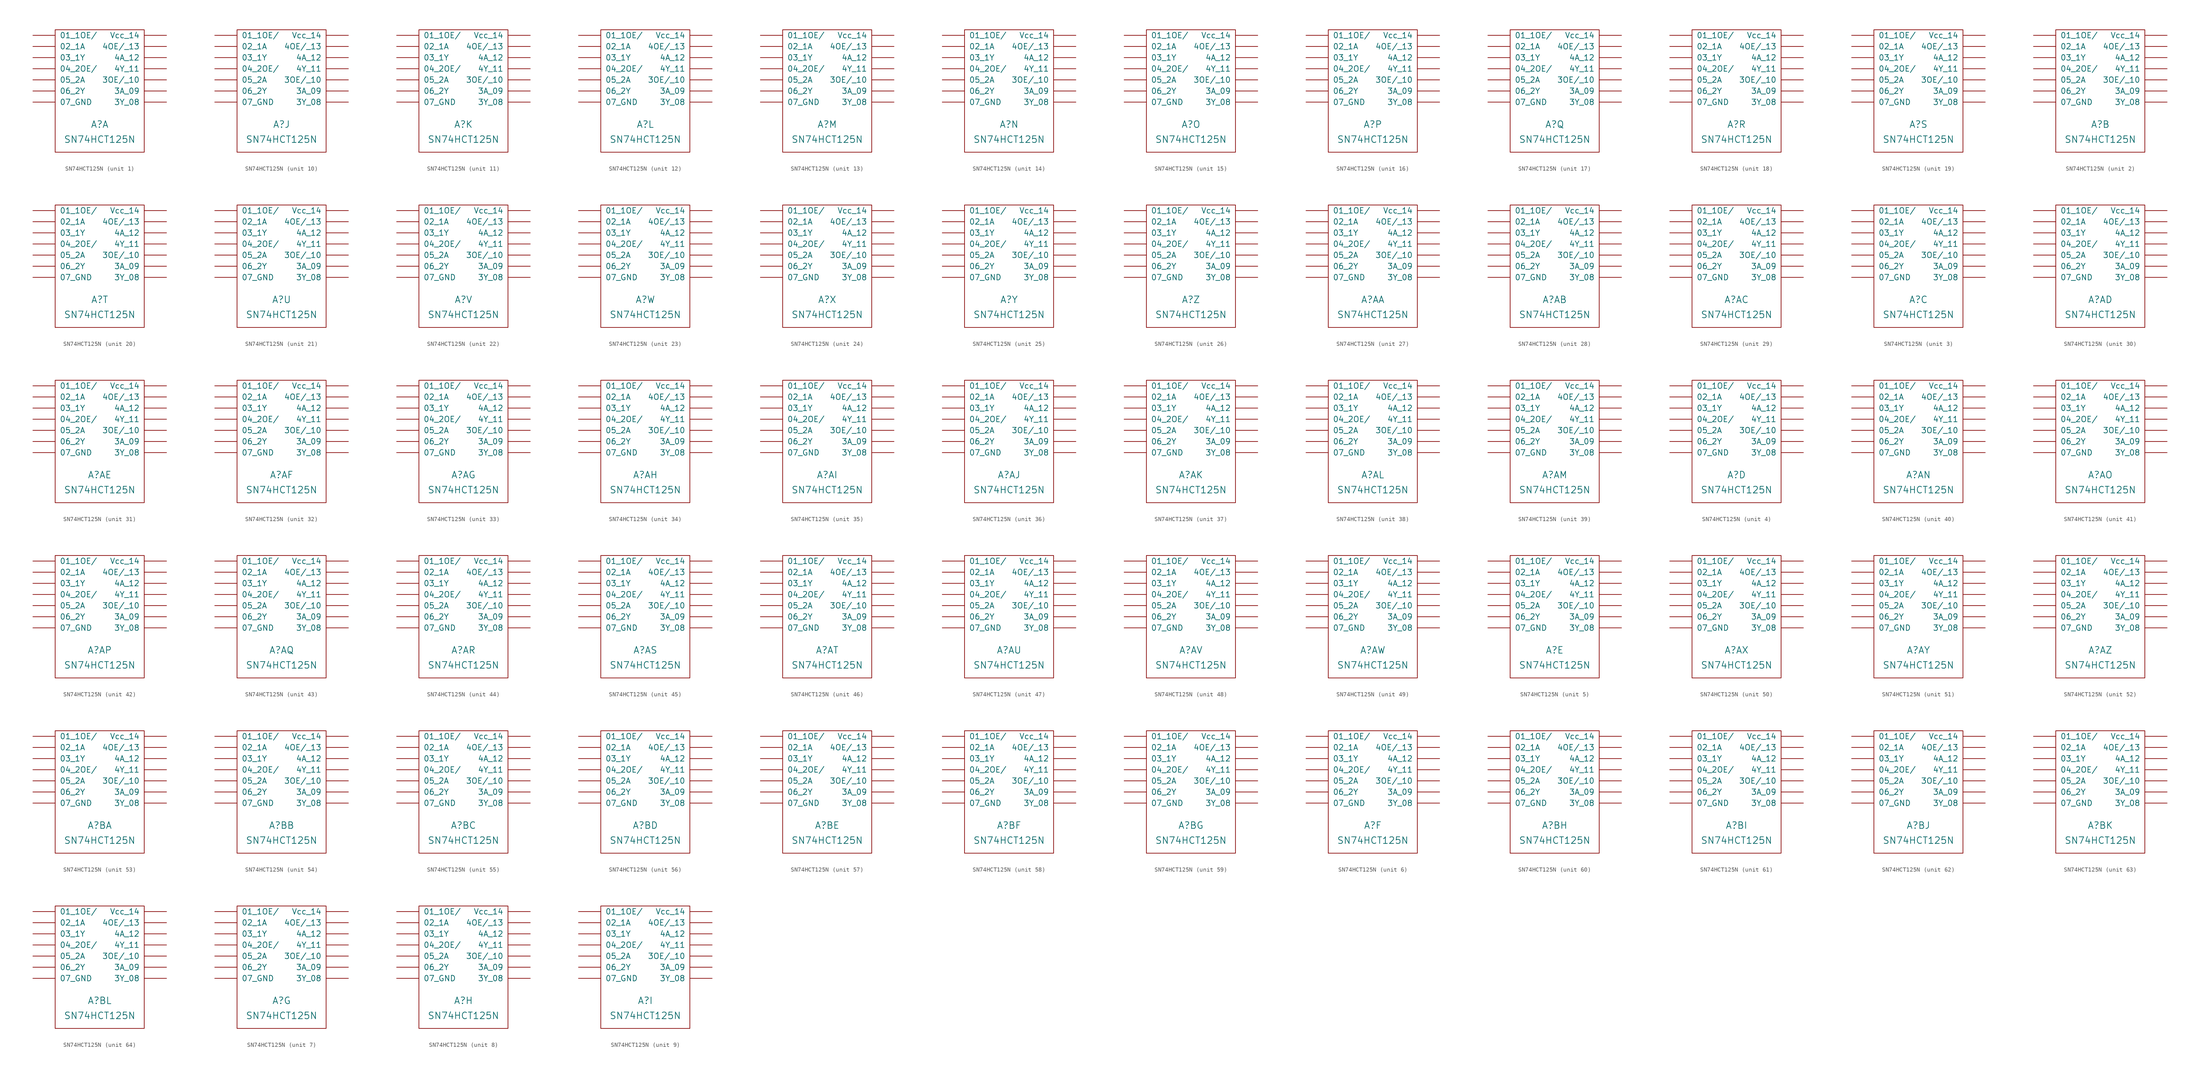
<source format=kicad_sym>
(kicad_symbol_lib
  (version 20220914)
  (generator kicad_symbol_editor)
  (symbol "SN74HCT125N"
    (pin_names
      (offset 1.016))
    (property "Reference" "A"
      (at 0 -2.54 0)
      (effects (font (size 1.524 1.524))))
    (property "Value" "SN74HCT125N"
      (at 0 -5.08 0)
      (effects (font (size 1.524 1.524)) (justify top)))
    (property "Footprint" ""
      (at 0 0 0)
      (effects (font (size 1.524 1.524))))
    (property "Datasheet" ""
      (at 0 0 0)
      (effects (font (size 1.524 1.524))))
    (symbol "SN74HCT125N_0_0"
      (rectangle (start -10.16 19.05) (end 10.16 -8.89) (stroke (width 0) (type solid)) (fill (type none))))
    (symbol "SN74HCT125N_1_1"
      (pin input line (at -15.24 17.78 0) (length 5.08) (name "01_1OE/" (effects (font (size 1.27 1.27)))) (number "~" (effects (font (size 1.27 1.27)))))
      (pin input line (at -15.24 15.24 0) (length 5.08) (name "02_1A" (effects (font (size 1.27 1.27)))) (number "~" (effects (font (size 1.27 1.27)))))
      (pin input line (at -15.24 12.7 0) (length 5.08) (name "03_1Y" (effects (font (size 1.27 1.27)))) (number "~" (effects (font (size 1.27 1.27)))))
      (pin input line (at -15.24 10.16 0) (length 5.08) (name "04_2OE/" (effects (font (size 1.27 1.27)))) (number "~" (effects (font (size 1.27 1.27)))))
      (pin input line (at -15.24 7.62 0) (length 5.08) (name "05_2A" (effects (font (size 1.27 1.27)))) (number "~" (effects (font (size 1.27 1.27)))))
      (pin input line (at -15.24 5.08 0) (length 5.08) (name "06_2Y" (effects (font (size 1.27 1.27)))) (number "~" (effects (font (size 1.27 1.27)))))
      (pin input line (at -15.24 2.54 0) (length 5.08) (name "07_GND" (effects (font (size 1.27 1.27)))) (number "~" (effects (font (size 1.27 1.27)))))
      (pin input line (at 15.24 5.08 180) (length 5.08) (name "3A_09" (effects (font (size 1.27 1.27)))) (number "~" (effects (font (size 1.27 1.27)))))
      (pin input line (at 15.24 7.62 180) (length 5.08) (name "3OE/_10" (effects (font (size 1.27 1.27)))) (number "~" (effects (font (size 1.27 1.27)))))
      (pin input line (at 15.24 2.54 180) (length 5.08) (name "3Y_08" (effects (font (size 1.27 1.27)))) (number "~" (effects (font (size 1.27 1.27)))))
      (pin input line (at 15.24 12.7 180) (length 5.08) (name "4A_12" (effects (font (size 1.27 1.27)))) (number "~" (effects (font (size 1.27 1.27)))))
      (pin input line (at 15.24 15.24 180) (length 5.08) (name "4OE/_13" (effects (font (size 1.27 1.27)))) (number "~" (effects (font (size 1.27 1.27)))))
      (pin input line (at 15.24 10.16 180) (length 5.08) (name "4Y_11" (effects (font (size 1.27 1.27)))) (number "~" (effects (font (size 1.27 1.27)))))
      (pin input line (at 15.24 17.78 180) (length 5.08) (name "Vcc_14" (effects (font (size 1.27 1.27)))) (number "~" (effects (font (size 1.27 1.27))))))
    (symbol "SN74HCT125N_2_1"
      (pin input line (at -15.24 17.78 0) (length 5.08) (name "01_1OE/" (effects (font (size 1.27 1.27)))) (number "~" (effects (font (size 1.27 1.27)))))
      (pin input line (at -15.24 15.24 0) (length 5.08) (name "02_1A" (effects (font (size 1.27 1.27)))) (number "~" (effects (font (size 1.27 1.27)))))
      (pin input line (at -15.24 12.7 0) (length 5.08) (name "03_1Y" (effects (font (size 1.27 1.27)))) (number "~" (effects (font (size 1.27 1.27)))))
      (pin input line (at -15.24 10.16 0) (length 5.08) (name "04_2OE/" (effects (font (size 1.27 1.27)))) (number "~" (effects (font (size 1.27 1.27)))))
      (pin input line (at -15.24 7.62 0) (length 5.08) (name "05_2A" (effects (font (size 1.27 1.27)))) (number "~" (effects (font (size 1.27 1.27)))))
      (pin input line (at -15.24 5.08 0) (length 5.08) (name "06_2Y" (effects (font (size 1.27 1.27)))) (number "~" (effects (font (size 1.27 1.27)))))
      (pin input line (at -15.24 2.54 0) (length 5.08) (name "07_GND" (effects (font (size 1.27 1.27)))) (number "~" (effects (font (size 1.27 1.27)))))
      (pin input line (at 15.24 5.08 180) (length 5.08) (name "3A_09" (effects (font (size 1.27 1.27)))) (number "~" (effects (font (size 1.27 1.27)))))
      (pin input line (at 15.24 7.62 180) (length 5.08) (name "3OE/_10" (effects (font (size 1.27 1.27)))) (number "~" (effects (font (size 1.27 1.27)))))
      (pin input line (at 15.24 2.54 180) (length 5.08) (name "3Y_08" (effects (font (size 1.27 1.27)))) (number "~" (effects (font (size 1.27 1.27)))))
      (pin input line (at 15.24 12.7 180) (length 5.08) (name "4A_12" (effects (font (size 1.27 1.27)))) (number "~" (effects (font (size 1.27 1.27)))))
      (pin input line (at 15.24 15.24 180) (length 5.08) (name "4OE/_13" (effects (font (size 1.27 1.27)))) (number "~" (effects (font (size 1.27 1.27)))))
      (pin input line (at 15.24 10.16 180) (length 5.08) (name "4Y_11" (effects (font (size 1.27 1.27)))) (number "~" (effects (font (size 1.27 1.27)))))
      (pin input line (at 15.24 17.78 180) (length 5.08) (name "Vcc_14" (effects (font (size 1.27 1.27)))) (number "~" (effects (font (size 1.27 1.27))))))
    (symbol "SN74HCT125N_3_1"
      (pin input line (at -15.24 17.78 0) (length 5.08) (name "01_1OE/" (effects (font (size 1.27 1.27)))) (number "~" (effects (font (size 1.27 1.27)))))
      (pin input line (at -15.24 15.24 0) (length 5.08) (name "02_1A" (effects (font (size 1.27 1.27)))) (number "~" (effects (font (size 1.27 1.27)))))
      (pin input line (at -15.24 12.7 0) (length 5.08) (name "03_1Y" (effects (font (size 1.27 1.27)))) (number "~" (effects (font (size 1.27 1.27)))))
      (pin input line (at -15.24 10.16 0) (length 5.08) (name "04_2OE/" (effects (font (size 1.27 1.27)))) (number "~" (effects (font (size 1.27 1.27)))))
      (pin input line (at -15.24 7.62 0) (length 5.08) (name "05_2A" (effects (font (size 1.27 1.27)))) (number "~" (effects (font (size 1.27 1.27)))))
      (pin input line (at -15.24 5.08 0) (length 5.08) (name "06_2Y" (effects (font (size 1.27 1.27)))) (number "~" (effects (font (size 1.27 1.27)))))
      (pin input line (at -15.24 2.54 0) (length 5.08) (name "07_GND" (effects (font (size 1.27 1.27)))) (number "~" (effects (font (size 1.27 1.27)))))
      (pin input line (at 15.24 5.08 180) (length 5.08) (name "3A_09" (effects (font (size 1.27 1.27)))) (number "~" (effects (font (size 1.27 1.27)))))
      (pin input line (at 15.24 7.62 180) (length 5.08) (name "3OE/_10" (effects (font (size 1.27 1.27)))) (number "~" (effects (font (size 1.27 1.27)))))
      (pin input line (at 15.24 2.54 180) (length 5.08) (name "3Y_08" (effects (font (size 1.27 1.27)))) (number "~" (effects (font (size 1.27 1.27)))))
      (pin input line (at 15.24 12.7 180) (length 5.08) (name "4A_12" (effects (font (size 1.27 1.27)))) (number "~" (effects (font (size 1.27 1.27)))))
      (pin input line (at 15.24 15.24 180) (length 5.08) (name "4OE/_13" (effects (font (size 1.27 1.27)))) (number "~" (effects (font (size 1.27 1.27)))))
      (pin input line (at 15.24 10.16 180) (length 5.08) (name "4Y_11" (effects (font (size 1.27 1.27)))) (number "~" (effects (font (size 1.27 1.27)))))
      (pin input line (at 15.24 17.78 180) (length 5.08) (name "Vcc_14" (effects (font (size 1.27 1.27)))) (number "~" (effects (font (size 1.27 1.27))))))
    (symbol "SN74HCT125N_4_1"
      (pin input line (at -15.24 17.78 0) (length 5.08) (name "01_1OE/" (effects (font (size 1.27 1.27)))) (number "~" (effects (font (size 1.27 1.27)))))
      (pin input line (at -15.24 15.24 0) (length 5.08) (name "02_1A" (effects (font (size 1.27 1.27)))) (number "~" (effects (font (size 1.27 1.27)))))
      (pin input line (at -15.24 12.7 0) (length 5.08) (name "03_1Y" (effects (font (size 1.27 1.27)))) (number "~" (effects (font (size 1.27 1.27)))))
      (pin input line (at -15.24 10.16 0) (length 5.08) (name "04_2OE/" (effects (font (size 1.27 1.27)))) (number "~" (effects (font (size 1.27 1.27)))))
      (pin input line (at -15.24 7.62 0) (length 5.08) (name "05_2A" (effects (font (size 1.27 1.27)))) (number "~" (effects (font (size 1.27 1.27)))))
      (pin input line (at -15.24 5.08 0) (length 5.08) (name "06_2Y" (effects (font (size 1.27 1.27)))) (number "~" (effects (font (size 1.27 1.27)))))
      (pin input line (at -15.24 2.54 0) (length 5.08) (name "07_GND" (effects (font (size 1.27 1.27)))) (number "~" (effects (font (size 1.27 1.27)))))
      (pin input line (at 15.24 5.08 180) (length 5.08) (name "3A_09" (effects (font (size 1.27 1.27)))) (number "~" (effects (font (size 1.27 1.27)))))
      (pin input line (at 15.24 7.62 180) (length 5.08) (name "3OE/_10" (effects (font (size 1.27 1.27)))) (number "~" (effects (font (size 1.27 1.27)))))
      (pin input line (at 15.24 2.54 180) (length 5.08) (name "3Y_08" (effects (font (size 1.27 1.27)))) (number "~" (effects (font (size 1.27 1.27)))))
      (pin input line (at 15.24 12.7 180) (length 5.08) (name "4A_12" (effects (font (size 1.27 1.27)))) (number "~" (effects (font (size 1.27 1.27)))))
      (pin input line (at 15.24 15.24 180) (length 5.08) (name "4OE/_13" (effects (font (size 1.27 1.27)))) (number "~" (effects (font (size 1.27 1.27)))))
      (pin input line (at 15.24 10.16 180) (length 5.08) (name "4Y_11" (effects (font (size 1.27 1.27)))) (number "~" (effects (font (size 1.27 1.27)))))
      (pin input line (at 15.24 17.78 180) (length 5.08) (name "Vcc_14" (effects (font (size 1.27 1.27)))) (number "~" (effects (font (size 1.27 1.27))))))
    (symbol "SN74HCT125N_5_1"
      (pin input line (at -15.24 17.78 0) (length 5.08) (name "01_1OE/" (effects (font (size 1.27 1.27)))) (number "~" (effects (font (size 1.27 1.27)))))
      (pin input line (at -15.24 15.24 0) (length 5.08) (name "02_1A" (effects (font (size 1.27 1.27)))) (number "~" (effects (font (size 1.27 1.27)))))
      (pin input line (at -15.24 12.7 0) (length 5.08) (name "03_1Y" (effects (font (size 1.27 1.27)))) (number "~" (effects (font (size 1.27 1.27)))))
      (pin input line (at -15.24 10.16 0) (length 5.08) (name "04_2OE/" (effects (font (size 1.27 1.27)))) (number "~" (effects (font (size 1.27 1.27)))))
      (pin input line (at -15.24 7.62 0) (length 5.08) (name "05_2A" (effects (font (size 1.27 1.27)))) (number "~" (effects (font (size 1.27 1.27)))))
      (pin input line (at -15.24 5.08 0) (length 5.08) (name "06_2Y" (effects (font (size 1.27 1.27)))) (number "~" (effects (font (size 1.27 1.27)))))
      (pin input line (at -15.24 2.54 0) (length 5.08) (name "07_GND" (effects (font (size 1.27 1.27)))) (number "~" (effects (font (size 1.27 1.27)))))
      (pin input line (at 15.24 5.08 180) (length 5.08) (name "3A_09" (effects (font (size 1.27 1.27)))) (number "~" (effects (font (size 1.27 1.27)))))
      (pin input line (at 15.24 7.62 180) (length 5.08) (name "3OE/_10" (effects (font (size 1.27 1.27)))) (number "~" (effects (font (size 1.27 1.27)))))
      (pin input line (at 15.24 2.54 180) (length 5.08) (name "3Y_08" (effects (font (size 1.27 1.27)))) (number "~" (effects (font (size 1.27 1.27)))))
      (pin input line (at 15.24 12.7 180) (length 5.08) (name "4A_12" (effects (font (size 1.27 1.27)))) (number "~" (effects (font (size 1.27 1.27)))))
      (pin input line (at 15.24 15.24 180) (length 5.08) (name "4OE/_13" (effects (font (size 1.27 1.27)))) (number "~" (effects (font (size 1.27 1.27)))))
      (pin input line (at 15.24 10.16 180) (length 5.08) (name "4Y_11" (effects (font (size 1.27 1.27)))) (number "~" (effects (font (size 1.27 1.27)))))
      (pin input line (at 15.24 17.78 180) (length 5.08) (name "Vcc_14" (effects (font (size 1.27 1.27)))) (number "~" (effects (font (size 1.27 1.27))))))
    (symbol "SN74HCT125N_6_1"
      (pin input line (at -15.24 17.78 0) (length 5.08) (name "01_1OE/" (effects (font (size 1.27 1.27)))) (number "~" (effects (font (size 1.27 1.27)))))
      (pin input line (at -15.24 15.24 0) (length 5.08) (name "02_1A" (effects (font (size 1.27 1.27)))) (number "~" (effects (font (size 1.27 1.27)))))
      (pin input line (at -15.24 12.7 0) (length 5.08) (name "03_1Y" (effects (font (size 1.27 1.27)))) (number "~" (effects (font (size 1.27 1.27)))))
      (pin input line (at -15.24 10.16 0) (length 5.08) (name "04_2OE/" (effects (font (size 1.27 1.27)))) (number "~" (effects (font (size 1.27 1.27)))))
      (pin input line (at -15.24 7.62 0) (length 5.08) (name "05_2A" (effects (font (size 1.27 1.27)))) (number "~" (effects (font (size 1.27 1.27)))))
      (pin input line (at -15.24 5.08 0) (length 5.08) (name "06_2Y" (effects (font (size 1.27 1.27)))) (number "~" (effects (font (size 1.27 1.27)))))
      (pin input line (at -15.24 2.54 0) (length 5.08) (name "07_GND" (effects (font (size 1.27 1.27)))) (number "~" (effects (font (size 1.27 1.27)))))
      (pin input line (at 15.24 5.08 180) (length 5.08) (name "3A_09" (effects (font (size 1.27 1.27)))) (number "~" (effects (font (size 1.27 1.27)))))
      (pin input line (at 15.24 7.62 180) (length 5.08) (name "3OE/_10" (effects (font (size 1.27 1.27)))) (number "~" (effects (font (size 1.27 1.27)))))
      (pin input line (at 15.24 2.54 180) (length 5.08) (name "3Y_08" (effects (font (size 1.27 1.27)))) (number "~" (effects (font (size 1.27 1.27)))))
      (pin input line (at 15.24 12.7 180) (length 5.08) (name "4A_12" (effects (font (size 1.27 1.27)))) (number "~" (effects (font (size 1.27 1.27)))))
      (pin input line (at 15.24 15.24 180) (length 5.08) (name "4OE/_13" (effects (font (size 1.27 1.27)))) (number "~" (effects (font (size 1.27 1.27)))))
      (pin input line (at 15.24 10.16 180) (length 5.08) (name "4Y_11" (effects (font (size 1.27 1.27)))) (number "~" (effects (font (size 1.27 1.27)))))
      (pin input line (at 15.24 17.78 180) (length 5.08) (name "Vcc_14" (effects (font (size 1.27 1.27)))) (number "~" (effects (font (size 1.27 1.27))))))
    (symbol "SN74HCT125N_7_1"
      (pin input line (at -15.24 17.78 0) (length 5.08) (name "01_1OE/" (effects (font (size 1.27 1.27)))) (number "~" (effects (font (size 1.27 1.27)))))
      (pin input line (at -15.24 15.24 0) (length 5.08) (name "02_1A" (effects (font (size 1.27 1.27)))) (number "~" (effects (font (size 1.27 1.27)))))
      (pin input line (at -15.24 12.7 0) (length 5.08) (name "03_1Y" (effects (font (size 1.27 1.27)))) (number "~" (effects (font (size 1.27 1.27)))))
      (pin input line (at -15.24 10.16 0) (length 5.08) (name "04_2OE/" (effects (font (size 1.27 1.27)))) (number "~" (effects (font (size 1.27 1.27)))))
      (pin input line (at -15.24 7.62 0) (length 5.08) (name "05_2A" (effects (font (size 1.27 1.27)))) (number "~" (effects (font (size 1.27 1.27)))))
      (pin input line (at -15.24 5.08 0) (length 5.08) (name "06_2Y" (effects (font (size 1.27 1.27)))) (number "~" (effects (font (size 1.27 1.27)))))
      (pin input line (at -15.24 2.54 0) (length 5.08) (name "07_GND" (effects (font (size 1.27 1.27)))) (number "~" (effects (font (size 1.27 1.27)))))
      (pin input line (at 15.24 5.08 180) (length 5.08) (name "3A_09" (effects (font (size 1.27 1.27)))) (number "~" (effects (font (size 1.27 1.27)))))
      (pin input line (at 15.24 7.62 180) (length 5.08) (name "3OE/_10" (effects (font (size 1.27 1.27)))) (number "~" (effects (font (size 1.27 1.27)))))
      (pin input line (at 15.24 2.54 180) (length 5.08) (name "3Y_08" (effects (font (size 1.27 1.27)))) (number "~" (effects (font (size 1.27 1.27)))))
      (pin input line (at 15.24 12.7 180) (length 5.08) (name "4A_12" (effects (font (size 1.27 1.27)))) (number "~" (effects (font (size 1.27 1.27)))))
      (pin input line (at 15.24 15.24 180) (length 5.08) (name "4OE/_13" (effects (font (size 1.27 1.27)))) (number "~" (effects (font (size 1.27 1.27)))))
      (pin input line (at 15.24 10.16 180) (length 5.08) (name "4Y_11" (effects (font (size 1.27 1.27)))) (number "~" (effects (font (size 1.27 1.27)))))
      (pin input line (at 15.24 17.78 180) (length 5.08) (name "Vcc_14" (effects (font (size 1.27 1.27)))) (number "~" (effects (font (size 1.27 1.27))))))
    (symbol "SN74HCT125N_8_1"
      (pin input line (at -15.24 17.78 0) (length 5.08) (name "01_1OE/" (effects (font (size 1.27 1.27)))) (number "~" (effects (font (size 1.27 1.27)))))
      (pin input line (at -15.24 15.24 0) (length 5.08) (name "02_1A" (effects (font (size 1.27 1.27)))) (number "~" (effects (font (size 1.27 1.27)))))
      (pin input line (at -15.24 12.7 0) (length 5.08) (name "03_1Y" (effects (font (size 1.27 1.27)))) (number "~" (effects (font (size 1.27 1.27)))))
      (pin input line (at -15.24 10.16 0) (length 5.08) (name "04_2OE/" (effects (font (size 1.27 1.27)))) (number "~" (effects (font (size 1.27 1.27)))))
      (pin input line (at -15.24 7.62 0) (length 5.08) (name "05_2A" (effects (font (size 1.27 1.27)))) (number "~" (effects (font (size 1.27 1.27)))))
      (pin input line (at -15.24 5.08 0) (length 5.08) (name "06_2Y" (effects (font (size 1.27 1.27)))) (number "~" (effects (font (size 1.27 1.27)))))
      (pin input line (at -15.24 2.54 0) (length 5.08) (name "07_GND" (effects (font (size 1.27 1.27)))) (number "~" (effects (font (size 1.27 1.27)))))
      (pin input line (at 15.24 5.08 180) (length 5.08) (name "3A_09" (effects (font (size 1.27 1.27)))) (number "~" (effects (font (size 1.27 1.27)))))
      (pin input line (at 15.24 7.62 180) (length 5.08) (name "3OE/_10" (effects (font (size 1.27 1.27)))) (number "~" (effects (font (size 1.27 1.27)))))
      (pin input line (at 15.24 2.54 180) (length 5.08) (name "3Y_08" (effects (font (size 1.27 1.27)))) (number "~" (effects (font (size 1.27 1.27)))))
      (pin input line (at 15.24 12.7 180) (length 5.08) (name "4A_12" (effects (font (size 1.27 1.27)))) (number "~" (effects (font (size 1.27 1.27)))))
      (pin input line (at 15.24 15.24 180) (length 5.08) (name "4OE/_13" (effects (font (size 1.27 1.27)))) (number "~" (effects (font (size 1.27 1.27)))))
      (pin input line (at 15.24 10.16 180) (length 5.08) (name "4Y_11" (effects (font (size 1.27 1.27)))) (number "~" (effects (font (size 1.27 1.27)))))
      (pin input line (at 15.24 17.78 180) (length 5.08) (name "Vcc_14" (effects (font (size 1.27 1.27)))) (number "~" (effects (font (size 1.27 1.27))))))
    (symbol "SN74HCT125N_9_1"
      (pin input line (at -15.24 17.78 0) (length 5.08) (name "01_1OE/" (effects (font (size 1.27 1.27)))) (number "~" (effects (font (size 1.27 1.27)))))
      (pin input line (at -15.24 15.24 0) (length 5.08) (name "02_1A" (effects (font (size 1.27 1.27)))) (number "~" (effects (font (size 1.27 1.27)))))
      (pin input line (at -15.24 12.7 0) (length 5.08) (name "03_1Y" (effects (font (size 1.27 1.27)))) (number "~" (effects (font (size 1.27 1.27)))))
      (pin input line (at -15.24 10.16 0) (length 5.08) (name "04_2OE/" (effects (font (size 1.27 1.27)))) (number "~" (effects (font (size 1.27 1.27)))))
      (pin input line (at -15.24 7.62 0) (length 5.08) (name "05_2A" (effects (font (size 1.27 1.27)))) (number "~" (effects (font (size 1.27 1.27)))))
      (pin input line (at -15.24 5.08 0) (length 5.08) (name "06_2Y" (effects (font (size 1.27 1.27)))) (number "~" (effects (font (size 1.27 1.27)))))
      (pin input line (at -15.24 2.54 0) (length 5.08) (name "07_GND" (effects (font (size 1.27 1.27)))) (number "~" (effects (font (size 1.27 1.27)))))
      (pin input line (at 15.24 5.08 180) (length 5.08) (name "3A_09" (effects (font (size 1.27 1.27)))) (number "~" (effects (font (size 1.27 1.27)))))
      (pin input line (at 15.24 7.62 180) (length 5.08) (name "3OE/_10" (effects (font (size 1.27 1.27)))) (number "~" (effects (font (size 1.27 1.27)))))
      (pin input line (at 15.24 2.54 180) (length 5.08) (name "3Y_08" (effects (font (size 1.27 1.27)))) (number "~" (effects (font (size 1.27 1.27)))))
      (pin input line (at 15.24 12.7 180) (length 5.08) (name "4A_12" (effects (font (size 1.27 1.27)))) (number "~" (effects (font (size 1.27 1.27)))))
      (pin input line (at 15.24 15.24 180) (length 5.08) (name "4OE/_13" (effects (font (size 1.27 1.27)))) (number "~" (effects (font (size 1.27 1.27)))))
      (pin input line (at 15.24 10.16 180) (length 5.08) (name "4Y_11" (effects (font (size 1.27 1.27)))) (number "~" (effects (font (size 1.27 1.27)))))
      (pin input line (at 15.24 17.78 180) (length 5.08) (name "Vcc_14" (effects (font (size 1.27 1.27)))) (number "~" (effects (font (size 1.27 1.27))))))
    (symbol "SN74HCT125N_10_1"
      (pin input line (at -15.24 17.78 0) (length 5.08) (name "01_1OE/" (effects (font (size 1.27 1.27)))) (number "~" (effects (font (size 1.27 1.27)))))
      (pin input line (at -15.24 15.24 0) (length 5.08) (name "02_1A" (effects (font (size 1.27 1.27)))) (number "~" (effects (font (size 1.27 1.27)))))
      (pin input line (at -15.24 12.7 0) (length 5.08) (name "03_1Y" (effects (font (size 1.27 1.27)))) (number "~" (effects (font (size 1.27 1.27)))))
      (pin input line (at -15.24 10.16 0) (length 5.08) (name "04_2OE/" (effects (font (size 1.27 1.27)))) (number "~" (effects (font (size 1.27 1.27)))))
      (pin input line (at -15.24 7.62 0) (length 5.08) (name "05_2A" (effects (font (size 1.27 1.27)))) (number "~" (effects (font (size 1.27 1.27)))))
      (pin input line (at -15.24 5.08 0) (length 5.08) (name "06_2Y" (effects (font (size 1.27 1.27)))) (number "~" (effects (font (size 1.27 1.27)))))
      (pin input line (at -15.24 2.54 0) (length 5.08) (name "07_GND" (effects (font (size 1.27 1.27)))) (number "~" (effects (font (size 1.27 1.27)))))
      (pin input line (at 15.24 5.08 180) (length 5.08) (name "3A_09" (effects (font (size 1.27 1.27)))) (number "~" (effects (font (size 1.27 1.27)))))
      (pin input line (at 15.24 7.62 180) (length 5.08) (name "3OE/_10" (effects (font (size 1.27 1.27)))) (number "~" (effects (font (size 1.27 1.27)))))
      (pin input line (at 15.24 2.54 180) (length 5.08) (name "3Y_08" (effects (font (size 1.27 1.27)))) (number "~" (effects (font (size 1.27 1.27)))))
      (pin input line (at 15.24 12.7 180) (length 5.08) (name "4A_12" (effects (font (size 1.27 1.27)))) (number "~" (effects (font (size 1.27 1.27)))))
      (pin input line (at 15.24 15.24 180) (length 5.08) (name "4OE/_13" (effects (font (size 1.27 1.27)))) (number "~" (effects (font (size 1.27 1.27)))))
      (pin input line (at 15.24 10.16 180) (length 5.08) (name "4Y_11" (effects (font (size 1.27 1.27)))) (number "~" (effects (font (size 1.27 1.27)))))
      (pin input line (at 15.24 17.78 180) (length 5.08) (name "Vcc_14" (effects (font (size 1.27 1.27)))) (number "~" (effects (font (size 1.27 1.27))))))
    (symbol "SN74HCT125N_11_1"
      (pin input line (at -15.24 17.78 0) (length 5.08) (name "01_1OE/" (effects (font (size 1.27 1.27)))) (number "~" (effects (font (size 1.27 1.27)))))
      (pin input line (at -15.24 15.24 0) (length 5.08) (name "02_1A" (effects (font (size 1.27 1.27)))) (number "~" (effects (font (size 1.27 1.27)))))
      (pin input line (at -15.24 12.7 0) (length 5.08) (name "03_1Y" (effects (font (size 1.27 1.27)))) (number "~" (effects (font (size 1.27 1.27)))))
      (pin input line (at -15.24 10.16 0) (length 5.08) (name "04_2OE/" (effects (font (size 1.27 1.27)))) (number "~" (effects (font (size 1.27 1.27)))))
      (pin input line (at -15.24 7.62 0) (length 5.08) (name "05_2A" (effects (font (size 1.27 1.27)))) (number "~" (effects (font (size 1.27 1.27)))))
      (pin input line (at -15.24 5.08 0) (length 5.08) (name "06_2Y" (effects (font (size 1.27 1.27)))) (number "~" (effects (font (size 1.27 1.27)))))
      (pin input line (at -15.24 2.54 0) (length 5.08) (name "07_GND" (effects (font (size 1.27 1.27)))) (number "~" (effects (font (size 1.27 1.27)))))
      (pin input line (at 15.24 5.08 180) (length 5.08) (name "3A_09" (effects (font (size 1.27 1.27)))) (number "~" (effects (font (size 1.27 1.27)))))
      (pin input line (at 15.24 7.62 180) (length 5.08) (name "3OE/_10" (effects (font (size 1.27 1.27)))) (number "~" (effects (font (size 1.27 1.27)))))
      (pin input line (at 15.24 2.54 180) (length 5.08) (name "3Y_08" (effects (font (size 1.27 1.27)))) (number "~" (effects (font (size 1.27 1.27)))))
      (pin input line (at 15.24 12.7 180) (length 5.08) (name "4A_12" (effects (font (size 1.27 1.27)))) (number "~" (effects (font (size 1.27 1.27)))))
      (pin input line (at 15.24 15.24 180) (length 5.08) (name "4OE/_13" (effects (font (size 1.27 1.27)))) (number "~" (effects (font (size 1.27 1.27)))))
      (pin input line (at 15.24 10.16 180) (length 5.08) (name "4Y_11" (effects (font (size 1.27 1.27)))) (number "~" (effects (font (size 1.27 1.27)))))
      (pin input line (at 15.24 17.78 180) (length 5.08) (name "Vcc_14" (effects (font (size 1.27 1.27)))) (number "~" (effects (font (size 1.27 1.27))))))
    (symbol "SN74HCT125N_12_1"
      (pin input line (at -15.24 17.78 0) (length 5.08) (name "01_1OE/" (effects (font (size 1.27 1.27)))) (number "~" (effects (font (size 1.27 1.27)))))
      (pin input line (at -15.24 15.24 0) (length 5.08) (name "02_1A" (effects (font (size 1.27 1.27)))) (number "~" (effects (font (size 1.27 1.27)))))
      (pin input line (at -15.24 12.7 0) (length 5.08) (name "03_1Y" (effects (font (size 1.27 1.27)))) (number "~" (effects (font (size 1.27 1.27)))))
      (pin input line (at -15.24 10.16 0) (length 5.08) (name "04_2OE/" (effects (font (size 1.27 1.27)))) (number "~" (effects (font (size 1.27 1.27)))))
      (pin input line (at -15.24 7.62 0) (length 5.08) (name "05_2A" (effects (font (size 1.27 1.27)))) (number "~" (effects (font (size 1.27 1.27)))))
      (pin input line (at -15.24 5.08 0) (length 5.08) (name "06_2Y" (effects (font (size 1.27 1.27)))) (number "~" (effects (font (size 1.27 1.27)))))
      (pin input line (at -15.24 2.54 0) (length 5.08) (name "07_GND" (effects (font (size 1.27 1.27)))) (number "~" (effects (font (size 1.27 1.27)))))
      (pin input line (at 15.24 5.08 180) (length 5.08) (name "3A_09" (effects (font (size 1.27 1.27)))) (number "~" (effects (font (size 1.27 1.27)))))
      (pin input line (at 15.24 7.62 180) (length 5.08) (name "3OE/_10" (effects (font (size 1.27 1.27)))) (number "~" (effects (font (size 1.27 1.27)))))
      (pin input line (at 15.24 2.54 180) (length 5.08) (name "3Y_08" (effects (font (size 1.27 1.27)))) (number "~" (effects (font (size 1.27 1.27)))))
      (pin input line (at 15.24 12.7 180) (length 5.08) (name "4A_12" (effects (font (size 1.27 1.27)))) (number "~" (effects (font (size 1.27 1.27)))))
      (pin input line (at 15.24 15.24 180) (length 5.08) (name "4OE/_13" (effects (font (size 1.27 1.27)))) (number "~" (effects (font (size 1.27 1.27)))))
      (pin input line (at 15.24 10.16 180) (length 5.08) (name "4Y_11" (effects (font (size 1.27 1.27)))) (number "~" (effects (font (size 1.27 1.27)))))
      (pin input line (at 15.24 17.78 180) (length 5.08) (name "Vcc_14" (effects (font (size 1.27 1.27)))) (number "~" (effects (font (size 1.27 1.27))))))
    (symbol "SN74HCT125N_13_1"
      (pin input line (at -15.24 17.78 0) (length 5.08) (name "01_1OE/" (effects (font (size 1.27 1.27)))) (number "~" (effects (font (size 1.27 1.27)))))
      (pin input line (at -15.24 15.24 0) (length 5.08) (name "02_1A" (effects (font (size 1.27 1.27)))) (number "~" (effects (font (size 1.27 1.27)))))
      (pin input line (at -15.24 12.7 0) (length 5.08) (name "03_1Y" (effects (font (size 1.27 1.27)))) (number "~" (effects (font (size 1.27 1.27)))))
      (pin input line (at -15.24 10.16 0) (length 5.08) (name "04_2OE/" (effects (font (size 1.27 1.27)))) (number "~" (effects (font (size 1.27 1.27)))))
      (pin input line (at -15.24 7.62 0) (length 5.08) (name "05_2A" (effects (font (size 1.27 1.27)))) (number "~" (effects (font (size 1.27 1.27)))))
      (pin input line (at -15.24 5.08 0) (length 5.08) (name "06_2Y" (effects (font (size 1.27 1.27)))) (number "~" (effects (font (size 1.27 1.27)))))
      (pin input line (at -15.24 2.54 0) (length 5.08) (name "07_GND" (effects (font (size 1.27 1.27)))) (number "~" (effects (font (size 1.27 1.27)))))
      (pin input line (at 15.24 5.08 180) (length 5.08) (name "3A_09" (effects (font (size 1.27 1.27)))) (number "~" (effects (font (size 1.27 1.27)))))
      (pin input line (at 15.24 7.62 180) (length 5.08) (name "3OE/_10" (effects (font (size 1.27 1.27)))) (number "~" (effects (font (size 1.27 1.27)))))
      (pin input line (at 15.24 2.54 180) (length 5.08) (name "3Y_08" (effects (font (size 1.27 1.27)))) (number "~" (effects (font (size 1.27 1.27)))))
      (pin input line (at 15.24 12.7 180) (length 5.08) (name "4A_12" (effects (font (size 1.27 1.27)))) (number "~" (effects (font (size 1.27 1.27)))))
      (pin input line (at 15.24 15.24 180) (length 5.08) (name "4OE/_13" (effects (font (size 1.27 1.27)))) (number "~" (effects (font (size 1.27 1.27)))))
      (pin input line (at 15.24 10.16 180) (length 5.08) (name "4Y_11" (effects (font (size 1.27 1.27)))) (number "~" (effects (font (size 1.27 1.27)))))
      (pin input line (at 15.24 17.78 180) (length 5.08) (name "Vcc_14" (effects (font (size 1.27 1.27)))) (number "~" (effects (font (size 1.27 1.27))))))
    (symbol "SN74HCT125N_14_1"
      (pin input line (at -15.24 17.78 0) (length 5.08) (name "01_1OE/" (effects (font (size 1.27 1.27)))) (number "~" (effects (font (size 1.27 1.27)))))
      (pin input line (at -15.24 15.24 0) (length 5.08) (name "02_1A" (effects (font (size 1.27 1.27)))) (number "~" (effects (font (size 1.27 1.27)))))
      (pin input line (at -15.24 12.7 0) (length 5.08) (name "03_1Y" (effects (font (size 1.27 1.27)))) (number "~" (effects (font (size 1.27 1.27)))))
      (pin input line (at -15.24 10.16 0) (length 5.08) (name "04_2OE/" (effects (font (size 1.27 1.27)))) (number "~" (effects (font (size 1.27 1.27)))))
      (pin input line (at -15.24 7.62 0) (length 5.08) (name "05_2A" (effects (font (size 1.27 1.27)))) (number "~" (effects (font (size 1.27 1.27)))))
      (pin input line (at -15.24 5.08 0) (length 5.08) (name "06_2Y" (effects (font (size 1.27 1.27)))) (number "~" (effects (font (size 1.27 1.27)))))
      (pin input line (at -15.24 2.54 0) (length 5.08) (name "07_GND" (effects (font (size 1.27 1.27)))) (number "~" (effects (font (size 1.27 1.27)))))
      (pin input line (at 15.24 5.08 180) (length 5.08) (name "3A_09" (effects (font (size 1.27 1.27)))) (number "~" (effects (font (size 1.27 1.27)))))
      (pin input line (at 15.24 7.62 180) (length 5.08) (name "3OE/_10" (effects (font (size 1.27 1.27)))) (number "~" (effects (font (size 1.27 1.27)))))
      (pin input line (at 15.24 2.54 180) (length 5.08) (name "3Y_08" (effects (font (size 1.27 1.27)))) (number "~" (effects (font (size 1.27 1.27)))))
      (pin input line (at 15.24 12.7 180) (length 5.08) (name "4A_12" (effects (font (size 1.27 1.27)))) (number "~" (effects (font (size 1.27 1.27)))))
      (pin input line (at 15.24 15.24 180) (length 5.08) (name "4OE/_13" (effects (font (size 1.27 1.27)))) (number "~" (effects (font (size 1.27 1.27)))))
      (pin input line (at 15.24 10.16 180) (length 5.08) (name "4Y_11" (effects (font (size 1.27 1.27)))) (number "~" (effects (font (size 1.27 1.27)))))
      (pin input line (at 15.24 17.78 180) (length 5.08) (name "Vcc_14" (effects (font (size 1.27 1.27)))) (number "~" (effects (font (size 1.27 1.27))))))
    (symbol "SN74HCT125N_15_1"
      (pin input line (at -15.24 17.78 0) (length 5.08) (name "01_1OE/" (effects (font (size 1.27 1.27)))) (number "~" (effects (font (size 1.27 1.27)))))
      (pin input line (at -15.24 15.24 0) (length 5.08) (name "02_1A" (effects (font (size 1.27 1.27)))) (number "~" (effects (font (size 1.27 1.27)))))
      (pin input line (at -15.24 12.7 0) (length 5.08) (name "03_1Y" (effects (font (size 1.27 1.27)))) (number "~" (effects (font (size 1.27 1.27)))))
      (pin input line (at -15.24 10.16 0) (length 5.08) (name "04_2OE/" (effects (font (size 1.27 1.27)))) (number "~" (effects (font (size 1.27 1.27)))))
      (pin input line (at -15.24 7.62 0) (length 5.08) (name "05_2A" (effects (font (size 1.27 1.27)))) (number "~" (effects (font (size 1.27 1.27)))))
      (pin input line (at -15.24 5.08 0) (length 5.08) (name "06_2Y" (effects (font (size 1.27 1.27)))) (number "~" (effects (font (size 1.27 1.27)))))
      (pin input line (at -15.24 2.54 0) (length 5.08) (name "07_GND" (effects (font (size 1.27 1.27)))) (number "~" (effects (font (size 1.27 1.27)))))
      (pin input line (at 15.24 5.08 180) (length 5.08) (name "3A_09" (effects (font (size 1.27 1.27)))) (number "~" (effects (font (size 1.27 1.27)))))
      (pin input line (at 15.24 7.62 180) (length 5.08) (name "3OE/_10" (effects (font (size 1.27 1.27)))) (number "~" (effects (font (size 1.27 1.27)))))
      (pin input line (at 15.24 2.54 180) (length 5.08) (name "3Y_08" (effects (font (size 1.27 1.27)))) (number "~" (effects (font (size 1.27 1.27)))))
      (pin input line (at 15.24 12.7 180) (length 5.08) (name "4A_12" (effects (font (size 1.27 1.27)))) (number "~" (effects (font (size 1.27 1.27)))))
      (pin input line (at 15.24 15.24 180) (length 5.08) (name "4OE/_13" (effects (font (size 1.27 1.27)))) (number "~" (effects (font (size 1.27 1.27)))))
      (pin input line (at 15.24 10.16 180) (length 5.08) (name "4Y_11" (effects (font (size 1.27 1.27)))) (number "~" (effects (font (size 1.27 1.27)))))
      (pin input line (at 15.24 17.78 180) (length 5.08) (name "Vcc_14" (effects (font (size 1.27 1.27)))) (number "~" (effects (font (size 1.27 1.27))))))
    (symbol "SN74HCT125N_16_1"
      (pin input line (at -15.24 17.78 0) (length 5.08) (name "01_1OE/" (effects (font (size 1.27 1.27)))) (number "~" (effects (font (size 1.27 1.27)))))
      (pin input line (at -15.24 15.24 0) (length 5.08) (name "02_1A" (effects (font (size 1.27 1.27)))) (number "~" (effects (font (size 1.27 1.27)))))
      (pin input line (at -15.24 12.7 0) (length 5.08) (name "03_1Y" (effects (font (size 1.27 1.27)))) (number "~" (effects (font (size 1.27 1.27)))))
      (pin input line (at -15.24 10.16 0) (length 5.08) (name "04_2OE/" (effects (font (size 1.27 1.27)))) (number "~" (effects (font (size 1.27 1.27)))))
      (pin input line (at -15.24 7.62 0) (length 5.08) (name "05_2A" (effects (font (size 1.27 1.27)))) (number "~" (effects (font (size 1.27 1.27)))))
      (pin input line (at -15.24 5.08 0) (length 5.08) (name "06_2Y" (effects (font (size 1.27 1.27)))) (number "~" (effects (font (size 1.27 1.27)))))
      (pin input line (at -15.24 2.54 0) (length 5.08) (name "07_GND" (effects (font (size 1.27 1.27)))) (number "~" (effects (font (size 1.27 1.27)))))
      (pin input line (at 15.24 5.08 180) (length 5.08) (name "3A_09" (effects (font (size 1.27 1.27)))) (number "~" (effects (font (size 1.27 1.27)))))
      (pin input line (at 15.24 7.62 180) (length 5.08) (name "3OE/_10" (effects (font (size 1.27 1.27)))) (number "~" (effects (font (size 1.27 1.27)))))
      (pin input line (at 15.24 2.54 180) (length 5.08) (name "3Y_08" (effects (font (size 1.27 1.27)))) (number "~" (effects (font (size 1.27 1.27)))))
      (pin input line (at 15.24 12.7 180) (length 5.08) (name "4A_12" (effects (font (size 1.27 1.27)))) (number "~" (effects (font (size 1.27 1.27)))))
      (pin input line (at 15.24 15.24 180) (length 5.08) (name "4OE/_13" (effects (font (size 1.27 1.27)))) (number "~" (effects (font (size 1.27 1.27)))))
      (pin input line (at 15.24 10.16 180) (length 5.08) (name "4Y_11" (effects (font (size 1.27 1.27)))) (number "~" (effects (font (size 1.27 1.27)))))
      (pin input line (at 15.24 17.78 180) (length 5.08) (name "Vcc_14" (effects (font (size 1.27 1.27)))) (number "~" (effects (font (size 1.27 1.27))))))
    (symbol "SN74HCT125N_17_1"
      (pin input line (at -15.24 17.78 0) (length 5.08) (name "01_1OE/" (effects (font (size 1.27 1.27)))) (number "~" (effects (font (size 1.27 1.27)))))
      (pin input line (at -15.24 15.24 0) (length 5.08) (name "02_1A" (effects (font (size 1.27 1.27)))) (number "~" (effects (font (size 1.27 1.27)))))
      (pin input line (at -15.24 12.7 0) (length 5.08) (name "03_1Y" (effects (font (size 1.27 1.27)))) (number "~" (effects (font (size 1.27 1.27)))))
      (pin input line (at -15.24 10.16 0) (length 5.08) (name "04_2OE/" (effects (font (size 1.27 1.27)))) (number "~" (effects (font (size 1.27 1.27)))))
      (pin input line (at -15.24 7.62 0) (length 5.08) (name "05_2A" (effects (font (size 1.27 1.27)))) (number "~" (effects (font (size 1.27 1.27)))))
      (pin input line (at -15.24 5.08 0) (length 5.08) (name "06_2Y" (effects (font (size 1.27 1.27)))) (number "~" (effects (font (size 1.27 1.27)))))
      (pin input line (at -15.24 2.54 0) (length 5.08) (name "07_GND" (effects (font (size 1.27 1.27)))) (number "~" (effects (font (size 1.27 1.27)))))
      (pin input line (at 15.24 5.08 180) (length 5.08) (name "3A_09" (effects (font (size 1.27 1.27)))) (number "~" (effects (font (size 1.27 1.27)))))
      (pin input line (at 15.24 7.62 180) (length 5.08) (name "3OE/_10" (effects (font (size 1.27 1.27)))) (number "~" (effects (font (size 1.27 1.27)))))
      (pin input line (at 15.24 2.54 180) (length 5.08) (name "3Y_08" (effects (font (size 1.27 1.27)))) (number "~" (effects (font (size 1.27 1.27)))))
      (pin input line (at 15.24 12.7 180) (length 5.08) (name "4A_12" (effects (font (size 1.27 1.27)))) (number "~" (effects (font (size 1.27 1.27)))))
      (pin input line (at 15.24 15.24 180) (length 5.08) (name "4OE/_13" (effects (font (size 1.27 1.27)))) (number "~" (effects (font (size 1.27 1.27)))))
      (pin input line (at 15.24 10.16 180) (length 5.08) (name "4Y_11" (effects (font (size 1.27 1.27)))) (number "~" (effects (font (size 1.27 1.27)))))
      (pin input line (at 15.24 17.78 180) (length 5.08) (name "Vcc_14" (effects (font (size 1.27 1.27)))) (number "~" (effects (font (size 1.27 1.27))))))
    (symbol "SN74HCT125N_18_1"
      (pin input line (at -15.24 17.78 0) (length 5.08) (name "01_1OE/" (effects (font (size 1.27 1.27)))) (number "~" (effects (font (size 1.27 1.27)))))
      (pin input line (at -15.24 15.24 0) (length 5.08) (name "02_1A" (effects (font (size 1.27 1.27)))) (number "~" (effects (font (size 1.27 1.27)))))
      (pin input line (at -15.24 12.7 0) (length 5.08) (name "03_1Y" (effects (font (size 1.27 1.27)))) (number "~" (effects (font (size 1.27 1.27)))))
      (pin input line (at -15.24 10.16 0) (length 5.08) (name "04_2OE/" (effects (font (size 1.27 1.27)))) (number "~" (effects (font (size 1.27 1.27)))))
      (pin input line (at -15.24 7.62 0) (length 5.08) (name "05_2A" (effects (font (size 1.27 1.27)))) (number "~" (effects (font (size 1.27 1.27)))))
      (pin input line (at -15.24 5.08 0) (length 5.08) (name "06_2Y" (effects (font (size 1.27 1.27)))) (number "~" (effects (font (size 1.27 1.27)))))
      (pin input line (at -15.24 2.54 0) (length 5.08) (name "07_GND" (effects (font (size 1.27 1.27)))) (number "~" (effects (font (size 1.27 1.27)))))
      (pin input line (at 15.24 5.08 180) (length 5.08) (name "3A_09" (effects (font (size 1.27 1.27)))) (number "~" (effects (font (size 1.27 1.27)))))
      (pin input line (at 15.24 7.62 180) (length 5.08) (name "3OE/_10" (effects (font (size 1.27 1.27)))) (number "~" (effects (font (size 1.27 1.27)))))
      (pin input line (at 15.24 2.54 180) (length 5.08) (name "3Y_08" (effects (font (size 1.27 1.27)))) (number "~" (effects (font (size 1.27 1.27)))))
      (pin input line (at 15.24 12.7 180) (length 5.08) (name "4A_12" (effects (font (size 1.27 1.27)))) (number "~" (effects (font (size 1.27 1.27)))))
      (pin input line (at 15.24 15.24 180) (length 5.08) (name "4OE/_13" (effects (font (size 1.27 1.27)))) (number "~" (effects (font (size 1.27 1.27)))))
      (pin input line (at 15.24 10.16 180) (length 5.08) (name "4Y_11" (effects (font (size 1.27 1.27)))) (number "~" (effects (font (size 1.27 1.27)))))
      (pin input line (at 15.24 17.78 180) (length 5.08) (name "Vcc_14" (effects (font (size 1.27 1.27)))) (number "~" (effects (font (size 1.27 1.27))))))
    (symbol "SN74HCT125N_19_1"
      (pin input line (at -15.24 17.78 0) (length 5.08) (name "01_1OE/" (effects (font (size 1.27 1.27)))) (number "~" (effects (font (size 1.27 1.27)))))
      (pin input line (at -15.24 15.24 0) (length 5.08) (name "02_1A" (effects (font (size 1.27 1.27)))) (number "~" (effects (font (size 1.27 1.27)))))
      (pin input line (at -15.24 12.7 0) (length 5.08) (name "03_1Y" (effects (font (size 1.27 1.27)))) (number "~" (effects (font (size 1.27 1.27)))))
      (pin input line (at -15.24 10.16 0) (length 5.08) (name "04_2OE/" (effects (font (size 1.27 1.27)))) (number "~" (effects (font (size 1.27 1.27)))))
      (pin input line (at -15.24 7.62 0) (length 5.08) (name "05_2A" (effects (font (size 1.27 1.27)))) (number "~" (effects (font (size 1.27 1.27)))))
      (pin input line (at -15.24 5.08 0) (length 5.08) (name "06_2Y" (effects (font (size 1.27 1.27)))) (number "~" (effects (font (size 1.27 1.27)))))
      (pin input line (at -15.24 2.54 0) (length 5.08) (name "07_GND" (effects (font (size 1.27 1.27)))) (number "~" (effects (font (size 1.27 1.27)))))
      (pin input line (at 15.24 5.08 180) (length 5.08) (name "3A_09" (effects (font (size 1.27 1.27)))) (number "~" (effects (font (size 1.27 1.27)))))
      (pin input line (at 15.24 7.62 180) (length 5.08) (name "3OE/_10" (effects (font (size 1.27 1.27)))) (number "~" (effects (font (size 1.27 1.27)))))
      (pin input line (at 15.24 2.54 180) (length 5.08) (name "3Y_08" (effects (font (size 1.27 1.27)))) (number "~" (effects (font (size 1.27 1.27)))))
      (pin input line (at 15.24 12.7 180) (length 5.08) (name "4A_12" (effects (font (size 1.27 1.27)))) (number "~" (effects (font (size 1.27 1.27)))))
      (pin input line (at 15.24 15.24 180) (length 5.08) (name "4OE/_13" (effects (font (size 1.27 1.27)))) (number "~" (effects (font (size 1.27 1.27)))))
      (pin input line (at 15.24 10.16 180) (length 5.08) (name "4Y_11" (effects (font (size 1.27 1.27)))) (number "~" (effects (font (size 1.27 1.27)))))
      (pin input line (at 15.24 17.78 180) (length 5.08) (name "Vcc_14" (effects (font (size 1.27 1.27)))) (number "~" (effects (font (size 1.27 1.27))))))
    (symbol "SN74HCT125N_20_1"
      (pin input line (at -15.24 17.78 0) (length 5.08) (name "01_1OE/" (effects (font (size 1.27 1.27)))) (number "~" (effects (font (size 1.27 1.27)))))
      (pin input line (at -15.24 15.24 0) (length 5.08) (name "02_1A" (effects (font (size 1.27 1.27)))) (number "~" (effects (font (size 1.27 1.27)))))
      (pin input line (at -15.24 12.7 0) (length 5.08) (name "03_1Y" (effects (font (size 1.27 1.27)))) (number "~" (effects (font (size 1.27 1.27)))))
      (pin input line (at -15.24 10.16 0) (length 5.08) (name "04_2OE/" (effects (font (size 1.27 1.27)))) (number "~" (effects (font (size 1.27 1.27)))))
      (pin input line (at -15.24 7.62 0) (length 5.08) (name "05_2A" (effects (font (size 1.27 1.27)))) (number "~" (effects (font (size 1.27 1.27)))))
      (pin input line (at -15.24 5.08 0) (length 5.08) (name "06_2Y" (effects (font (size 1.27 1.27)))) (number "~" (effects (font (size 1.27 1.27)))))
      (pin input line (at -15.24 2.54 0) (length 5.08) (name "07_GND" (effects (font (size 1.27 1.27)))) (number "~" (effects (font (size 1.27 1.27)))))
      (pin input line (at 15.24 5.08 180) (length 5.08) (name "3A_09" (effects (font (size 1.27 1.27)))) (number "~" (effects (font (size 1.27 1.27)))))
      (pin input line (at 15.24 7.62 180) (length 5.08) (name "3OE/_10" (effects (font (size 1.27 1.27)))) (number "~" (effects (font (size 1.27 1.27)))))
      (pin input line (at 15.24 2.54 180) (length 5.08) (name "3Y_08" (effects (font (size 1.27 1.27)))) (number "~" (effects (font (size 1.27 1.27)))))
      (pin input line (at 15.24 12.7 180) (length 5.08) (name "4A_12" (effects (font (size 1.27 1.27)))) (number "~" (effects (font (size 1.27 1.27)))))
      (pin input line (at 15.24 15.24 180) (length 5.08) (name "4OE/_13" (effects (font (size 1.27 1.27)))) (number "~" (effects (font (size 1.27 1.27)))))
      (pin input line (at 15.24 10.16 180) (length 5.08) (name "4Y_11" (effects (font (size 1.27 1.27)))) (number "~" (effects (font (size 1.27 1.27)))))
      (pin input line (at 15.24 17.78 180) (length 5.08) (name "Vcc_14" (effects (font (size 1.27 1.27)))) (number "~" (effects (font (size 1.27 1.27))))))
    (symbol "SN74HCT125N_21_1"
      (pin input line (at -15.24 17.78 0) (length 5.08) (name "01_1OE/" (effects (font (size 1.27 1.27)))) (number "~" (effects (font (size 1.27 1.27)))))
      (pin input line (at -15.24 15.24 0) (length 5.08) (name "02_1A" (effects (font (size 1.27 1.27)))) (number "~" (effects (font (size 1.27 1.27)))))
      (pin input line (at -15.24 12.7 0) (length 5.08) (name "03_1Y" (effects (font (size 1.27 1.27)))) (number "~" (effects (font (size 1.27 1.27)))))
      (pin input line (at -15.24 10.16 0) (length 5.08) (name "04_2OE/" (effects (font (size 1.27 1.27)))) (number "~" (effects (font (size 1.27 1.27)))))
      (pin input line (at -15.24 7.62 0) (length 5.08) (name "05_2A" (effects (font (size 1.27 1.27)))) (number "~" (effects (font (size 1.27 1.27)))))
      (pin input line (at -15.24 5.08 0) (length 5.08) (name "06_2Y" (effects (font (size 1.27 1.27)))) (number "~" (effects (font (size 1.27 1.27)))))
      (pin input line (at -15.24 2.54 0) (length 5.08) (name "07_GND" (effects (font (size 1.27 1.27)))) (number "~" (effects (font (size 1.27 1.27)))))
      (pin input line (at 15.24 5.08 180) (length 5.08) (name "3A_09" (effects (font (size 1.27 1.27)))) (number "~" (effects (font (size 1.27 1.27)))))
      (pin input line (at 15.24 7.62 180) (length 5.08) (name "3OE/_10" (effects (font (size 1.27 1.27)))) (number "~" (effects (font (size 1.27 1.27)))))
      (pin input line (at 15.24 2.54 180) (length 5.08) (name "3Y_08" (effects (font (size 1.27 1.27)))) (number "~" (effects (font (size 1.27 1.27)))))
      (pin input line (at 15.24 12.7 180) (length 5.08) (name "4A_12" (effects (font (size 1.27 1.27)))) (number "~" (effects (font (size 1.27 1.27)))))
      (pin input line (at 15.24 15.24 180) (length 5.08) (name "4OE/_13" (effects (font (size 1.27 1.27)))) (number "~" (effects (font (size 1.27 1.27)))))
      (pin input line (at 15.24 10.16 180) (length 5.08) (name "4Y_11" (effects (font (size 1.27 1.27)))) (number "~" (effects (font (size 1.27 1.27)))))
      (pin input line (at 15.24 17.78 180) (length 5.08) (name "Vcc_14" (effects (font (size 1.27 1.27)))) (number "~" (effects (font (size 1.27 1.27))))))
    (symbol "SN74HCT125N_22_1"
      (pin input line (at -15.24 17.78 0) (length 5.08) (name "01_1OE/" (effects (font (size 1.27 1.27)))) (number "~" (effects (font (size 1.27 1.27)))))
      (pin input line (at -15.24 15.24 0) (length 5.08) (name "02_1A" (effects (font (size 1.27 1.27)))) (number "~" (effects (font (size 1.27 1.27)))))
      (pin input line (at -15.24 12.7 0) (length 5.08) (name "03_1Y" (effects (font (size 1.27 1.27)))) (number "~" (effects (font (size 1.27 1.27)))))
      (pin input line (at -15.24 10.16 0) (length 5.08) (name "04_2OE/" (effects (font (size 1.27 1.27)))) (number "~" (effects (font (size 1.27 1.27)))))
      (pin input line (at -15.24 7.62 0) (length 5.08) (name "05_2A" (effects (font (size 1.27 1.27)))) (number "~" (effects (font (size 1.27 1.27)))))
      (pin input line (at -15.24 5.08 0) (length 5.08) (name "06_2Y" (effects (font (size 1.27 1.27)))) (number "~" (effects (font (size 1.27 1.27)))))
      (pin input line (at -15.24 2.54 0) (length 5.08) (name "07_GND" (effects (font (size 1.27 1.27)))) (number "~" (effects (font (size 1.27 1.27)))))
      (pin input line (at 15.24 5.08 180) (length 5.08) (name "3A_09" (effects (font (size 1.27 1.27)))) (number "~" (effects (font (size 1.27 1.27)))))
      (pin input line (at 15.24 7.62 180) (length 5.08) (name "3OE/_10" (effects (font (size 1.27 1.27)))) (number "~" (effects (font (size 1.27 1.27)))))
      (pin input line (at 15.24 2.54 180) (length 5.08) (name "3Y_08" (effects (font (size 1.27 1.27)))) (number "~" (effects (font (size 1.27 1.27)))))
      (pin input line (at 15.24 12.7 180) (length 5.08) (name "4A_12" (effects (font (size 1.27 1.27)))) (number "~" (effects (font (size 1.27 1.27)))))
      (pin input line (at 15.24 15.24 180) (length 5.08) (name "4OE/_13" (effects (font (size 1.27 1.27)))) (number "~" (effects (font (size 1.27 1.27)))))
      (pin input line (at 15.24 10.16 180) (length 5.08) (name "4Y_11" (effects (font (size 1.27 1.27)))) (number "~" (effects (font (size 1.27 1.27)))))
      (pin input line (at 15.24 17.78 180) (length 5.08) (name "Vcc_14" (effects (font (size 1.27 1.27)))) (number "~" (effects (font (size 1.27 1.27))))))
    (symbol "SN74HCT125N_23_1"
      (pin input line (at -15.24 17.78 0) (length 5.08) (name "01_1OE/" (effects (font (size 1.27 1.27)))) (number "~" (effects (font (size 1.27 1.27)))))
      (pin input line (at -15.24 15.24 0) (length 5.08) (name "02_1A" (effects (font (size 1.27 1.27)))) (number "~" (effects (font (size 1.27 1.27)))))
      (pin input line (at -15.24 12.7 0) (length 5.08) (name "03_1Y" (effects (font (size 1.27 1.27)))) (number "~" (effects (font (size 1.27 1.27)))))
      (pin input line (at -15.24 10.16 0) (length 5.08) (name "04_2OE/" (effects (font (size 1.27 1.27)))) (number "~" (effects (font (size 1.27 1.27)))))
      (pin input line (at -15.24 7.62 0) (length 5.08) (name "05_2A" (effects (font (size 1.27 1.27)))) (number "~" (effects (font (size 1.27 1.27)))))
      (pin input line (at -15.24 5.08 0) (length 5.08) (name "06_2Y" (effects (font (size 1.27 1.27)))) (number "~" (effects (font (size 1.27 1.27)))))
      (pin input line (at -15.24 2.54 0) (length 5.08) (name "07_GND" (effects (font (size 1.27 1.27)))) (number "~" (effects (font (size 1.27 1.27)))))
      (pin input line (at 15.24 5.08 180) (length 5.08) (name "3A_09" (effects (font (size 1.27 1.27)))) (number "~" (effects (font (size 1.27 1.27)))))
      (pin input line (at 15.24 7.62 180) (length 5.08) (name "3OE/_10" (effects (font (size 1.27 1.27)))) (number "~" (effects (font (size 1.27 1.27)))))
      (pin input line (at 15.24 2.54 180) (length 5.08) (name "3Y_08" (effects (font (size 1.27 1.27)))) (number "~" (effects (font (size 1.27 1.27)))))
      (pin input line (at 15.24 12.7 180) (length 5.08) (name "4A_12" (effects (font (size 1.27 1.27)))) (number "~" (effects (font (size 1.27 1.27)))))
      (pin input line (at 15.24 15.24 180) (length 5.08) (name "4OE/_13" (effects (font (size 1.27 1.27)))) (number "~" (effects (font (size 1.27 1.27)))))
      (pin input line (at 15.24 10.16 180) (length 5.08) (name "4Y_11" (effects (font (size 1.27 1.27)))) (number "~" (effects (font (size 1.27 1.27)))))
      (pin input line (at 15.24 17.78 180) (length 5.08) (name "Vcc_14" (effects (font (size 1.27 1.27)))) (number "~" (effects (font (size 1.27 1.27))))))
    (symbol "SN74HCT125N_24_1"
      (pin input line (at -15.24 17.78 0) (length 5.08) (name "01_1OE/" (effects (font (size 1.27 1.27)))) (number "~" (effects (font (size 1.27 1.27)))))
      (pin input line (at -15.24 15.24 0) (length 5.08) (name "02_1A" (effects (font (size 1.27 1.27)))) (number "~" (effects (font (size 1.27 1.27)))))
      (pin input line (at -15.24 12.7 0) (length 5.08) (name "03_1Y" (effects (font (size 1.27 1.27)))) (number "~" (effects (font (size 1.27 1.27)))))
      (pin input line (at -15.24 10.16 0) (length 5.08) (name "04_2OE/" (effects (font (size 1.27 1.27)))) (number "~" (effects (font (size 1.27 1.27)))))
      (pin input line (at -15.24 7.62 0) (length 5.08) (name "05_2A" (effects (font (size 1.27 1.27)))) (number "~" (effects (font (size 1.27 1.27)))))
      (pin input line (at -15.24 5.08 0) (length 5.08) (name "06_2Y" (effects (font (size 1.27 1.27)))) (number "~" (effects (font (size 1.27 1.27)))))
      (pin input line (at -15.24 2.54 0) (length 5.08) (name "07_GND" (effects (font (size 1.27 1.27)))) (number "~" (effects (font (size 1.27 1.27)))))
      (pin input line (at 15.24 5.08 180) (length 5.08) (name "3A_09" (effects (font (size 1.27 1.27)))) (number "~" (effects (font (size 1.27 1.27)))))
      (pin input line (at 15.24 7.62 180) (length 5.08) (name "3OE/_10" (effects (font (size 1.27 1.27)))) (number "~" (effects (font (size 1.27 1.27)))))
      (pin input line (at 15.24 2.54 180) (length 5.08) (name "3Y_08" (effects (font (size 1.27 1.27)))) (number "~" (effects (font (size 1.27 1.27)))))
      (pin input line (at 15.24 12.7 180) (length 5.08) (name "4A_12" (effects (font (size 1.27 1.27)))) (number "~" (effects (font (size 1.27 1.27)))))
      (pin input line (at 15.24 15.24 180) (length 5.08) (name "4OE/_13" (effects (font (size 1.27 1.27)))) (number "~" (effects (font (size 1.27 1.27)))))
      (pin input line (at 15.24 10.16 180) (length 5.08) (name "4Y_11" (effects (font (size 1.27 1.27)))) (number "~" (effects (font (size 1.27 1.27)))))
      (pin input line (at 15.24 17.78 180) (length 5.08) (name "Vcc_14" (effects (font (size 1.27 1.27)))) (number "~" (effects (font (size 1.27 1.27))))))
    (symbol "SN74HCT125N_25_1"
      (pin input line (at -15.24 17.78 0) (length 5.08) (name "01_1OE/" (effects (font (size 1.27 1.27)))) (number "~" (effects (font (size 1.27 1.27)))))
      (pin input line (at -15.24 15.24 0) (length 5.08) (name "02_1A" (effects (font (size 1.27 1.27)))) (number "~" (effects (font (size 1.27 1.27)))))
      (pin input line (at -15.24 12.7 0) (length 5.08) (name "03_1Y" (effects (font (size 1.27 1.27)))) (number "~" (effects (font (size 1.27 1.27)))))
      (pin input line (at -15.24 10.16 0) (length 5.08) (name "04_2OE/" (effects (font (size 1.27 1.27)))) (number "~" (effects (font (size 1.27 1.27)))))
      (pin input line (at -15.24 7.62 0) (length 5.08) (name "05_2A" (effects (font (size 1.27 1.27)))) (number "~" (effects (font (size 1.27 1.27)))))
      (pin input line (at -15.24 5.08 0) (length 5.08) (name "06_2Y" (effects (font (size 1.27 1.27)))) (number "~" (effects (font (size 1.27 1.27)))))
      (pin input line (at -15.24 2.54 0) (length 5.08) (name "07_GND" (effects (font (size 1.27 1.27)))) (number "~" (effects (font (size 1.27 1.27)))))
      (pin input line (at 15.24 5.08 180) (length 5.08) (name "3A_09" (effects (font (size 1.27 1.27)))) (number "~" (effects (font (size 1.27 1.27)))))
      (pin input line (at 15.24 7.62 180) (length 5.08) (name "3OE/_10" (effects (font (size 1.27 1.27)))) (number "~" (effects (font (size 1.27 1.27)))))
      (pin input line (at 15.24 2.54 180) (length 5.08) (name "3Y_08" (effects (font (size 1.27 1.27)))) (number "~" (effects (font (size 1.27 1.27)))))
      (pin input line (at 15.24 12.7 180) (length 5.08) (name "4A_12" (effects (font (size 1.27 1.27)))) (number "~" (effects (font (size 1.27 1.27)))))
      (pin input line (at 15.24 15.24 180) (length 5.08) (name "4OE/_13" (effects (font (size 1.27 1.27)))) (number "~" (effects (font (size 1.27 1.27)))))
      (pin input line (at 15.24 10.16 180) (length 5.08) (name "4Y_11" (effects (font (size 1.27 1.27)))) (number "~" (effects (font (size 1.27 1.27)))))
      (pin input line (at 15.24 17.78 180) (length 5.08) (name "Vcc_14" (effects (font (size 1.27 1.27)))) (number "~" (effects (font (size 1.27 1.27))))))
    (symbol "SN74HCT125N_26_1"
      (pin input line (at -15.24 17.78 0) (length 5.08) (name "01_1OE/" (effects (font (size 1.27 1.27)))) (number "~" (effects (font (size 1.27 1.27)))))
      (pin input line (at -15.24 15.24 0) (length 5.08) (name "02_1A" (effects (font (size 1.27 1.27)))) (number "~" (effects (font (size 1.27 1.27)))))
      (pin input line (at -15.24 12.7 0) (length 5.08) (name "03_1Y" (effects (font (size 1.27 1.27)))) (number "~" (effects (font (size 1.27 1.27)))))
      (pin input line (at -15.24 10.16 0) (length 5.08) (name "04_2OE/" (effects (font (size 1.27 1.27)))) (number "~" (effects (font (size 1.27 1.27)))))
      (pin input line (at -15.24 7.62 0) (length 5.08) (name "05_2A" (effects (font (size 1.27 1.27)))) (number "~" (effects (font (size 1.27 1.27)))))
      (pin input line (at -15.24 5.08 0) (length 5.08) (name "06_2Y" (effects (font (size 1.27 1.27)))) (number "~" (effects (font (size 1.27 1.27)))))
      (pin input line (at -15.24 2.54 0) (length 5.08) (name "07_GND" (effects (font (size 1.27 1.27)))) (number "~" (effects (font (size 1.27 1.27)))))
      (pin input line (at 15.24 5.08 180) (length 5.08) (name "3A_09" (effects (font (size 1.27 1.27)))) (number "~" (effects (font (size 1.27 1.27)))))
      (pin input line (at 15.24 7.62 180) (length 5.08) (name "3OE/_10" (effects (font (size 1.27 1.27)))) (number "~" (effects (font (size 1.27 1.27)))))
      (pin input line (at 15.24 2.54 180) (length 5.08) (name "3Y_08" (effects (font (size 1.27 1.27)))) (number "~" (effects (font (size 1.27 1.27)))))
      (pin input line (at 15.24 12.7 180) (length 5.08) (name "4A_12" (effects (font (size 1.27 1.27)))) (number "~" (effects (font (size 1.27 1.27)))))
      (pin input line (at 15.24 15.24 180) (length 5.08) (name "4OE/_13" (effects (font (size 1.27 1.27)))) (number "~" (effects (font (size 1.27 1.27)))))
      (pin input line (at 15.24 10.16 180) (length 5.08) (name "4Y_11" (effects (font (size 1.27 1.27)))) (number "~" (effects (font (size 1.27 1.27)))))
      (pin input line (at 15.24 17.78 180) (length 5.08) (name "Vcc_14" (effects (font (size 1.27 1.27)))) (number "~" (effects (font (size 1.27 1.27))))))
    (symbol "SN74HCT125N_27_1"
      (pin input line (at -15.24 17.78 0) (length 5.08) (name "01_1OE/" (effects (font (size 1.27 1.27)))) (number "~" (effects (font (size 1.27 1.27)))))
      (pin input line (at -15.24 15.24 0) (length 5.08) (name "02_1A" (effects (font (size 1.27 1.27)))) (number "~" (effects (font (size 1.27 1.27)))))
      (pin input line (at -15.24 12.7 0) (length 5.08) (name "03_1Y" (effects (font (size 1.27 1.27)))) (number "~" (effects (font (size 1.27 1.27)))))
      (pin input line (at -15.24 10.16 0) (length 5.08) (name "04_2OE/" (effects (font (size 1.27 1.27)))) (number "~" (effects (font (size 1.27 1.27)))))
      (pin input line (at -15.24 7.62 0) (length 5.08) (name "05_2A" (effects (font (size 1.27 1.27)))) (number "~" (effects (font (size 1.27 1.27)))))
      (pin input line (at -15.24 5.08 0) (length 5.08) (name "06_2Y" (effects (font (size 1.27 1.27)))) (number "~" (effects (font (size 1.27 1.27)))))
      (pin input line (at -15.24 2.54 0) (length 5.08) (name "07_GND" (effects (font (size 1.27 1.27)))) (number "~" (effects (font (size 1.27 1.27)))))
      (pin input line (at 15.24 5.08 180) (length 5.08) (name "3A_09" (effects (font (size 1.27 1.27)))) (number "~" (effects (font (size 1.27 1.27)))))
      (pin input line (at 15.24 7.62 180) (length 5.08) (name "3OE/_10" (effects (font (size 1.27 1.27)))) (number "~" (effects (font (size 1.27 1.27)))))
      (pin input line (at 15.24 2.54 180) (length 5.08) (name "3Y_08" (effects (font (size 1.27 1.27)))) (number "~" (effects (font (size 1.27 1.27)))))
      (pin input line (at 15.24 12.7 180) (length 5.08) (name "4A_12" (effects (font (size 1.27 1.27)))) (number "~" (effects (font (size 1.27 1.27)))))
      (pin input line (at 15.24 15.24 180) (length 5.08) (name "4OE/_13" (effects (font (size 1.27 1.27)))) (number "~" (effects (font (size 1.27 1.27)))))
      (pin input line (at 15.24 10.16 180) (length 5.08) (name "4Y_11" (effects (font (size 1.27 1.27)))) (number "~" (effects (font (size 1.27 1.27)))))
      (pin input line (at 15.24 17.78 180) (length 5.08) (name "Vcc_14" (effects (font (size 1.27 1.27)))) (number "~" (effects (font (size 1.27 1.27))))))
    (symbol "SN74HCT125N_28_1"
      (pin input line (at -15.24 17.78 0) (length 5.08) (name "01_1OE/" (effects (font (size 1.27 1.27)))) (number "~" (effects (font (size 1.27 1.27)))))
      (pin input line (at -15.24 15.24 0) (length 5.08) (name "02_1A" (effects (font (size 1.27 1.27)))) (number "~" (effects (font (size 1.27 1.27)))))
      (pin input line (at -15.24 12.7 0) (length 5.08) (name "03_1Y" (effects (font (size 1.27 1.27)))) (number "~" (effects (font (size 1.27 1.27)))))
      (pin input line (at -15.24 10.16 0) (length 5.08) (name "04_2OE/" (effects (font (size 1.27 1.27)))) (number "~" (effects (font (size 1.27 1.27)))))
      (pin input line (at -15.24 7.62 0) (length 5.08) (name "05_2A" (effects (font (size 1.27 1.27)))) (number "~" (effects (font (size 1.27 1.27)))))
      (pin input line (at -15.24 5.08 0) (length 5.08) (name "06_2Y" (effects (font (size 1.27 1.27)))) (number "~" (effects (font (size 1.27 1.27)))))
      (pin input line (at -15.24 2.54 0) (length 5.08) (name "07_GND" (effects (font (size 1.27 1.27)))) (number "~" (effects (font (size 1.27 1.27)))))
      (pin input line (at 15.24 5.08 180) (length 5.08) (name "3A_09" (effects (font (size 1.27 1.27)))) (number "~" (effects (font (size 1.27 1.27)))))
      (pin input line (at 15.24 7.62 180) (length 5.08) (name "3OE/_10" (effects (font (size 1.27 1.27)))) (number "~" (effects (font (size 1.27 1.27)))))
      (pin input line (at 15.24 2.54 180) (length 5.08) (name "3Y_08" (effects (font (size 1.27 1.27)))) (number "~" (effects (font (size 1.27 1.27)))))
      (pin input line (at 15.24 12.7 180) (length 5.08) (name "4A_12" (effects (font (size 1.27 1.27)))) (number "~" (effects (font (size 1.27 1.27)))))
      (pin input line (at 15.24 15.24 180) (length 5.08) (name "4OE/_13" (effects (font (size 1.27 1.27)))) (number "~" (effects (font (size 1.27 1.27)))))
      (pin input line (at 15.24 10.16 180) (length 5.08) (name "4Y_11" (effects (font (size 1.27 1.27)))) (number "~" (effects (font (size 1.27 1.27)))))
      (pin input line (at 15.24 17.78 180) (length 5.08) (name "Vcc_14" (effects (font (size 1.27 1.27)))) (number "~" (effects (font (size 1.27 1.27))))))
    (symbol "SN74HCT125N_29_1"
      (pin input line (at -15.24 17.78 0) (length 5.08) (name "01_1OE/" (effects (font (size 1.27 1.27)))) (number "~" (effects (font (size 1.27 1.27)))))
      (pin input line (at -15.24 15.24 0) (length 5.08) (name "02_1A" (effects (font (size 1.27 1.27)))) (number "~" (effects (font (size 1.27 1.27)))))
      (pin input line (at -15.24 12.7 0) (length 5.08) (name "03_1Y" (effects (font (size 1.27 1.27)))) (number "~" (effects (font (size 1.27 1.27)))))
      (pin input line (at -15.24 10.16 0) (length 5.08) (name "04_2OE/" (effects (font (size 1.27 1.27)))) (number "~" (effects (font (size 1.27 1.27)))))
      (pin input line (at -15.24 7.62 0) (length 5.08) (name "05_2A" (effects (font (size 1.27 1.27)))) (number "~" (effects (font (size 1.27 1.27)))))
      (pin input line (at -15.24 5.08 0) (length 5.08) (name "06_2Y" (effects (font (size 1.27 1.27)))) (number "~" (effects (font (size 1.27 1.27)))))
      (pin input line (at -15.24 2.54 0) (length 5.08) (name "07_GND" (effects (font (size 1.27 1.27)))) (number "~" (effects (font (size 1.27 1.27)))))
      (pin input line (at 15.24 5.08 180) (length 5.08) (name "3A_09" (effects (font (size 1.27 1.27)))) (number "~" (effects (font (size 1.27 1.27)))))
      (pin input line (at 15.24 7.62 180) (length 5.08) (name "3OE/_10" (effects (font (size 1.27 1.27)))) (number "~" (effects (font (size 1.27 1.27)))))
      (pin input line (at 15.24 2.54 180) (length 5.08) (name "3Y_08" (effects (font (size 1.27 1.27)))) (number "~" (effects (font (size 1.27 1.27)))))
      (pin input line (at 15.24 12.7 180) (length 5.08) (name "4A_12" (effects (font (size 1.27 1.27)))) (number "~" (effects (font (size 1.27 1.27)))))
      (pin input line (at 15.24 15.24 180) (length 5.08) (name "4OE/_13" (effects (font (size 1.27 1.27)))) (number "~" (effects (font (size 1.27 1.27)))))
      (pin input line (at 15.24 10.16 180) (length 5.08) (name "4Y_11" (effects (font (size 1.27 1.27)))) (number "~" (effects (font (size 1.27 1.27)))))
      (pin input line (at 15.24 17.78 180) (length 5.08) (name "Vcc_14" (effects (font (size 1.27 1.27)))) (number "~" (effects (font (size 1.27 1.27))))))
    (symbol "SN74HCT125N_30_1"
      (pin input line (at -15.24 17.78 0) (length 5.08) (name "01_1OE/" (effects (font (size 1.27 1.27)))) (number "~" (effects (font (size 1.27 1.27)))))
      (pin input line (at -15.24 15.24 0) (length 5.08) (name "02_1A" (effects (font (size 1.27 1.27)))) (number "~" (effects (font (size 1.27 1.27)))))
      (pin input line (at -15.24 12.7 0) (length 5.08) (name "03_1Y" (effects (font (size 1.27 1.27)))) (number "~" (effects (font (size 1.27 1.27)))))
      (pin input line (at -15.24 10.16 0) (length 5.08) (name "04_2OE/" (effects (font (size 1.27 1.27)))) (number "~" (effects (font (size 1.27 1.27)))))
      (pin input line (at -15.24 7.62 0) (length 5.08) (name "05_2A" (effects (font (size 1.27 1.27)))) (number "~" (effects (font (size 1.27 1.27)))))
      (pin input line (at -15.24 5.08 0) (length 5.08) (name "06_2Y" (effects (font (size 1.27 1.27)))) (number "~" (effects (font (size 1.27 1.27)))))
      (pin input line (at -15.24 2.54 0) (length 5.08) (name "07_GND" (effects (font (size 1.27 1.27)))) (number "~" (effects (font (size 1.27 1.27)))))
      (pin input line (at 15.24 5.08 180) (length 5.08) (name "3A_09" (effects (font (size 1.27 1.27)))) (number "~" (effects (font (size 1.27 1.27)))))
      (pin input line (at 15.24 7.62 180) (length 5.08) (name "3OE/_10" (effects (font (size 1.27 1.27)))) (number "~" (effects (font (size 1.27 1.27)))))
      (pin input line (at 15.24 2.54 180) (length 5.08) (name "3Y_08" (effects (font (size 1.27 1.27)))) (number "~" (effects (font (size 1.27 1.27)))))
      (pin input line (at 15.24 12.7 180) (length 5.08) (name "4A_12" (effects (font (size 1.27 1.27)))) (number "~" (effects (font (size 1.27 1.27)))))
      (pin input line (at 15.24 15.24 180) (length 5.08) (name "4OE/_13" (effects (font (size 1.27 1.27)))) (number "~" (effects (font (size 1.27 1.27)))))
      (pin input line (at 15.24 10.16 180) (length 5.08) (name "4Y_11" (effects (font (size 1.27 1.27)))) (number "~" (effects (font (size 1.27 1.27)))))
      (pin input line (at 15.24 17.78 180) (length 5.08) (name "Vcc_14" (effects (font (size 1.27 1.27)))) (number "~" (effects (font (size 1.27 1.27))))))
    (symbol "SN74HCT125N_31_1"
      (pin input line (at -15.24 17.78 0) (length 5.08) (name "01_1OE/" (effects (font (size 1.27 1.27)))) (number "~" (effects (font (size 1.27 1.27)))))
      (pin input line (at -15.24 15.24 0) (length 5.08) (name "02_1A" (effects (font (size 1.27 1.27)))) (number "~" (effects (font (size 1.27 1.27)))))
      (pin input line (at -15.24 12.7 0) (length 5.08) (name "03_1Y" (effects (font (size 1.27 1.27)))) (number "~" (effects (font (size 1.27 1.27)))))
      (pin input line (at -15.24 10.16 0) (length 5.08) (name "04_2OE/" (effects (font (size 1.27 1.27)))) (number "~" (effects (font (size 1.27 1.27)))))
      (pin input line (at -15.24 7.62 0) (length 5.08) (name "05_2A" (effects (font (size 1.27 1.27)))) (number "~" (effects (font (size 1.27 1.27)))))
      (pin input line (at -15.24 5.08 0) (length 5.08) (name "06_2Y" (effects (font (size 1.27 1.27)))) (number "~" (effects (font (size 1.27 1.27)))))
      (pin input line (at -15.24 2.54 0) (length 5.08) (name "07_GND" (effects (font (size 1.27 1.27)))) (number "~" (effects (font (size 1.27 1.27)))))
      (pin input line (at 15.24 5.08 180) (length 5.08) (name "3A_09" (effects (font (size 1.27 1.27)))) (number "~" (effects (font (size 1.27 1.27)))))
      (pin input line (at 15.24 7.62 180) (length 5.08) (name "3OE/_10" (effects (font (size 1.27 1.27)))) (number "~" (effects (font (size 1.27 1.27)))))
      (pin input line (at 15.24 2.54 180) (length 5.08) (name "3Y_08" (effects (font (size 1.27 1.27)))) (number "~" (effects (font (size 1.27 1.27)))))
      (pin input line (at 15.24 12.7 180) (length 5.08) (name "4A_12" (effects (font (size 1.27 1.27)))) (number "~" (effects (font (size 1.27 1.27)))))
      (pin input line (at 15.24 15.24 180) (length 5.08) (name "4OE/_13" (effects (font (size 1.27 1.27)))) (number "~" (effects (font (size 1.27 1.27)))))
      (pin input line (at 15.24 10.16 180) (length 5.08) (name "4Y_11" (effects (font (size 1.27 1.27)))) (number "~" (effects (font (size 1.27 1.27)))))
      (pin input line (at 15.24 17.78 180) (length 5.08) (name "Vcc_14" (effects (font (size 1.27 1.27)))) (number "~" (effects (font (size 1.27 1.27))))))
    (symbol "SN74HCT125N_32_1"
      (pin input line (at -15.24 17.78 0) (length 5.08) (name "01_1OE/" (effects (font (size 1.27 1.27)))) (number "~" (effects (font (size 1.27 1.27)))))
      (pin input line (at -15.24 15.24 0) (length 5.08) (name "02_1A" (effects (font (size 1.27 1.27)))) (number "~" (effects (font (size 1.27 1.27)))))
      (pin input line (at -15.24 12.7 0) (length 5.08) (name "03_1Y" (effects (font (size 1.27 1.27)))) (number "~" (effects (font (size 1.27 1.27)))))
      (pin input line (at -15.24 10.16 0) (length 5.08) (name "04_2OE/" (effects (font (size 1.27 1.27)))) (number "~" (effects (font (size 1.27 1.27)))))
      (pin input line (at -15.24 7.62 0) (length 5.08) (name "05_2A" (effects (font (size 1.27 1.27)))) (number "~" (effects (font (size 1.27 1.27)))))
      (pin input line (at -15.24 5.08 0) (length 5.08) (name "06_2Y" (effects (font (size 1.27 1.27)))) (number "~" (effects (font (size 1.27 1.27)))))
      (pin input line (at -15.24 2.54 0) (length 5.08) (name "07_GND" (effects (font (size 1.27 1.27)))) (number "~" (effects (font (size 1.27 1.27)))))
      (pin input line (at 15.24 5.08 180) (length 5.08) (name "3A_09" (effects (font (size 1.27 1.27)))) (number "~" (effects (font (size 1.27 1.27)))))
      (pin input line (at 15.24 7.62 180) (length 5.08) (name "3OE/_10" (effects (font (size 1.27 1.27)))) (number "~" (effects (font (size 1.27 1.27)))))
      (pin input line (at 15.24 2.54 180) (length 5.08) (name "3Y_08" (effects (font (size 1.27 1.27)))) (number "~" (effects (font (size 1.27 1.27)))))
      (pin input line (at 15.24 12.7 180) (length 5.08) (name "4A_12" (effects (font (size 1.27 1.27)))) (number "~" (effects (font (size 1.27 1.27)))))
      (pin input line (at 15.24 15.24 180) (length 5.08) (name "4OE/_13" (effects (font (size 1.27 1.27)))) (number "~" (effects (font (size 1.27 1.27)))))
      (pin input line (at 15.24 10.16 180) (length 5.08) (name "4Y_11" (effects (font (size 1.27 1.27)))) (number "~" (effects (font (size 1.27 1.27)))))
      (pin input line (at 15.24 17.78 180) (length 5.08) (name "Vcc_14" (effects (font (size 1.27 1.27)))) (number "~" (effects (font (size 1.27 1.27))))))
    (symbol "SN74HCT125N_33_1"
      (pin input line (at -15.24 17.78 0) (length 5.08) (name "01_1OE/" (effects (font (size 1.27 1.27)))) (number "~" (effects (font (size 1.27 1.27)))))
      (pin input line (at -15.24 15.24 0) (length 5.08) (name "02_1A" (effects (font (size 1.27 1.27)))) (number "~" (effects (font (size 1.27 1.27)))))
      (pin input line (at -15.24 12.7 0) (length 5.08) (name "03_1Y" (effects (font (size 1.27 1.27)))) (number "~" (effects (font (size 1.27 1.27)))))
      (pin input line (at -15.24 10.16 0) (length 5.08) (name "04_2OE/" (effects (font (size 1.27 1.27)))) (number "~" (effects (font (size 1.27 1.27)))))
      (pin input line (at -15.24 7.62 0) (length 5.08) (name "05_2A" (effects (font (size 1.27 1.27)))) (number "~" (effects (font (size 1.27 1.27)))))
      (pin input line (at -15.24 5.08 0) (length 5.08) (name "06_2Y" (effects (font (size 1.27 1.27)))) (number "~" (effects (font (size 1.27 1.27)))))
      (pin input line (at -15.24 2.54 0) (length 5.08) (name "07_GND" (effects (font (size 1.27 1.27)))) (number "~" (effects (font (size 1.27 1.27)))))
      (pin input line (at 15.24 5.08 180) (length 5.08) (name "3A_09" (effects (font (size 1.27 1.27)))) (number "~" (effects (font (size 1.27 1.27)))))
      (pin input line (at 15.24 7.62 180) (length 5.08) (name "3OE/_10" (effects (font (size 1.27 1.27)))) (number "~" (effects (font (size 1.27 1.27)))))
      (pin input line (at 15.24 2.54 180) (length 5.08) (name "3Y_08" (effects (font (size 1.27 1.27)))) (number "~" (effects (font (size 1.27 1.27)))))
      (pin input line (at 15.24 12.7 180) (length 5.08) (name "4A_12" (effects (font (size 1.27 1.27)))) (number "~" (effects (font (size 1.27 1.27)))))
      (pin input line (at 15.24 15.24 180) (length 5.08) (name "4OE/_13" (effects (font (size 1.27 1.27)))) (number "~" (effects (font (size 1.27 1.27)))))
      (pin input line (at 15.24 10.16 180) (length 5.08) (name "4Y_11" (effects (font (size 1.27 1.27)))) (number "~" (effects (font (size 1.27 1.27)))))
      (pin input line (at 15.24 17.78 180) (length 5.08) (name "Vcc_14" (effects (font (size 1.27 1.27)))) (number "~" (effects (font (size 1.27 1.27))))))
    (symbol "SN74HCT125N_34_1"
      (pin input line (at -15.24 17.78 0) (length 5.08) (name "01_1OE/" (effects (font (size 1.27 1.27)))) (number "~" (effects (font (size 1.27 1.27)))))
      (pin input line (at -15.24 15.24 0) (length 5.08) (name "02_1A" (effects (font (size 1.27 1.27)))) (number "~" (effects (font (size 1.27 1.27)))))
      (pin input line (at -15.24 12.7 0) (length 5.08) (name "03_1Y" (effects (font (size 1.27 1.27)))) (number "~" (effects (font (size 1.27 1.27)))))
      (pin input line (at -15.24 10.16 0) (length 5.08) (name "04_2OE/" (effects (font (size 1.27 1.27)))) (number "~" (effects (font (size 1.27 1.27)))))
      (pin input line (at -15.24 7.62 0) (length 5.08) (name "05_2A" (effects (font (size 1.27 1.27)))) (number "~" (effects (font (size 1.27 1.27)))))
      (pin input line (at -15.24 5.08 0) (length 5.08) (name "06_2Y" (effects (font (size 1.27 1.27)))) (number "~" (effects (font (size 1.27 1.27)))))
      (pin input line (at -15.24 2.54 0) (length 5.08) (name "07_GND" (effects (font (size 1.27 1.27)))) (number "~" (effects (font (size 1.27 1.27)))))
      (pin input line (at 15.24 5.08 180) (length 5.08) (name "3A_09" (effects (font (size 1.27 1.27)))) (number "~" (effects (font (size 1.27 1.27)))))
      (pin input line (at 15.24 7.62 180) (length 5.08) (name "3OE/_10" (effects (font (size 1.27 1.27)))) (number "~" (effects (font (size 1.27 1.27)))))
      (pin input line (at 15.24 2.54 180) (length 5.08) (name "3Y_08" (effects (font (size 1.27 1.27)))) (number "~" (effects (font (size 1.27 1.27)))))
      (pin input line (at 15.24 12.7 180) (length 5.08) (name "4A_12" (effects (font (size 1.27 1.27)))) (number "~" (effects (font (size 1.27 1.27)))))
      (pin input line (at 15.24 15.24 180) (length 5.08) (name "4OE/_13" (effects (font (size 1.27 1.27)))) (number "~" (effects (font (size 1.27 1.27)))))
      (pin input line (at 15.24 10.16 180) (length 5.08) (name "4Y_11" (effects (font (size 1.27 1.27)))) (number "~" (effects (font (size 1.27 1.27)))))
      (pin input line (at 15.24 17.78 180) (length 5.08) (name "Vcc_14" (effects (font (size 1.27 1.27)))) (number "~" (effects (font (size 1.27 1.27))))))
    (symbol "SN74HCT125N_35_1"
      (pin input line (at -15.24 17.78 0) (length 5.08) (name "01_1OE/" (effects (font (size 1.27 1.27)))) (number "~" (effects (font (size 1.27 1.27)))))
      (pin input line (at -15.24 15.24 0) (length 5.08) (name "02_1A" (effects (font (size 1.27 1.27)))) (number "~" (effects (font (size 1.27 1.27)))))
      (pin input line (at -15.24 12.7 0) (length 5.08) (name "03_1Y" (effects (font (size 1.27 1.27)))) (number "~" (effects (font (size 1.27 1.27)))))
      (pin input line (at -15.24 10.16 0) (length 5.08) (name "04_2OE/" (effects (font (size 1.27 1.27)))) (number "~" (effects (font (size 1.27 1.27)))))
      (pin input line (at -15.24 7.62 0) (length 5.08) (name "05_2A" (effects (font (size 1.27 1.27)))) (number "~" (effects (font (size 1.27 1.27)))))
      (pin input line (at -15.24 5.08 0) (length 5.08) (name "06_2Y" (effects (font (size 1.27 1.27)))) (number "~" (effects (font (size 1.27 1.27)))))
      (pin input line (at -15.24 2.54 0) (length 5.08) (name "07_GND" (effects (font (size 1.27 1.27)))) (number "~" (effects (font (size 1.27 1.27)))))
      (pin input line (at 15.24 5.08 180) (length 5.08) (name "3A_09" (effects (font (size 1.27 1.27)))) (number "~" (effects (font (size 1.27 1.27)))))
      (pin input line (at 15.24 7.62 180) (length 5.08) (name "3OE/_10" (effects (font (size 1.27 1.27)))) (number "~" (effects (font (size 1.27 1.27)))))
      (pin input line (at 15.24 2.54 180) (length 5.08) (name "3Y_08" (effects (font (size 1.27 1.27)))) (number "~" (effects (font (size 1.27 1.27)))))
      (pin input line (at 15.24 12.7 180) (length 5.08) (name "4A_12" (effects (font (size 1.27 1.27)))) (number "~" (effects (font (size 1.27 1.27)))))
      (pin input line (at 15.24 15.24 180) (length 5.08) (name "4OE/_13" (effects (font (size 1.27 1.27)))) (number "~" (effects (font (size 1.27 1.27)))))
      (pin input line (at 15.24 10.16 180) (length 5.08) (name "4Y_11" (effects (font (size 1.27 1.27)))) (number "~" (effects (font (size 1.27 1.27)))))
      (pin input line (at 15.24 17.78 180) (length 5.08) (name "Vcc_14" (effects (font (size 1.27 1.27)))) (number "~" (effects (font (size 1.27 1.27))))))
    (symbol "SN74HCT125N_36_1"
      (pin input line (at -15.24 17.78 0) (length 5.08) (name "01_1OE/" (effects (font (size 1.27 1.27)))) (number "~" (effects (font (size 1.27 1.27)))))
      (pin input line (at -15.24 15.24 0) (length 5.08) (name "02_1A" (effects (font (size 1.27 1.27)))) (number "~" (effects (font (size 1.27 1.27)))))
      (pin input line (at -15.24 12.7 0) (length 5.08) (name "03_1Y" (effects (font (size 1.27 1.27)))) (number "~" (effects (font (size 1.27 1.27)))))
      (pin input line (at -15.24 10.16 0) (length 5.08) (name "04_2OE/" (effects (font (size 1.27 1.27)))) (number "~" (effects (font (size 1.27 1.27)))))
      (pin input line (at -15.24 7.62 0) (length 5.08) (name "05_2A" (effects (font (size 1.27 1.27)))) (number "~" (effects (font (size 1.27 1.27)))))
      (pin input line (at -15.24 5.08 0) (length 5.08) (name "06_2Y" (effects (font (size 1.27 1.27)))) (number "~" (effects (font (size 1.27 1.27)))))
      (pin input line (at -15.24 2.54 0) (length 5.08) (name "07_GND" (effects (font (size 1.27 1.27)))) (number "~" (effects (font (size 1.27 1.27)))))
      (pin input line (at 15.24 5.08 180) (length 5.08) (name "3A_09" (effects (font (size 1.27 1.27)))) (number "~" (effects (font (size 1.27 1.27)))))
      (pin input line (at 15.24 7.62 180) (length 5.08) (name "3OE/_10" (effects (font (size 1.27 1.27)))) (number "~" (effects (font (size 1.27 1.27)))))
      (pin input line (at 15.24 2.54 180) (length 5.08) (name "3Y_08" (effects (font (size 1.27 1.27)))) (number "~" (effects (font (size 1.27 1.27)))))
      (pin input line (at 15.24 12.7 180) (length 5.08) (name "4A_12" (effects (font (size 1.27 1.27)))) (number "~" (effects (font (size 1.27 1.27)))))
      (pin input line (at 15.24 15.24 180) (length 5.08) (name "4OE/_13" (effects (font (size 1.27 1.27)))) (number "~" (effects (font (size 1.27 1.27)))))
      (pin input line (at 15.24 10.16 180) (length 5.08) (name "4Y_11" (effects (font (size 1.27 1.27)))) (number "~" (effects (font (size 1.27 1.27)))))
      (pin input line (at 15.24 17.78 180) (length 5.08) (name "Vcc_14" (effects (font (size 1.27 1.27)))) (number "~" (effects (font (size 1.27 1.27))))))
    (symbol "SN74HCT125N_37_1"
      (pin input line (at -15.24 17.78 0) (length 5.08) (name "01_1OE/" (effects (font (size 1.27 1.27)))) (number "~" (effects (font (size 1.27 1.27)))))
      (pin input line (at -15.24 15.24 0) (length 5.08) (name "02_1A" (effects (font (size 1.27 1.27)))) (number "~" (effects (font (size 1.27 1.27)))))
      (pin input line (at -15.24 12.7 0) (length 5.08) (name "03_1Y" (effects (font (size 1.27 1.27)))) (number "~" (effects (font (size 1.27 1.27)))))
      (pin input line (at -15.24 10.16 0) (length 5.08) (name "04_2OE/" (effects (font (size 1.27 1.27)))) (number "~" (effects (font (size 1.27 1.27)))))
      (pin input line (at -15.24 7.62 0) (length 5.08) (name "05_2A" (effects (font (size 1.27 1.27)))) (number "~" (effects (font (size 1.27 1.27)))))
      (pin input line (at -15.24 5.08 0) (length 5.08) (name "06_2Y" (effects (font (size 1.27 1.27)))) (number "~" (effects (font (size 1.27 1.27)))))
      (pin input line (at -15.24 2.54 0) (length 5.08) (name "07_GND" (effects (font (size 1.27 1.27)))) (number "~" (effects (font (size 1.27 1.27)))))
      (pin input line (at 15.24 5.08 180) (length 5.08) (name "3A_09" (effects (font (size 1.27 1.27)))) (number "~" (effects (font (size 1.27 1.27)))))
      (pin input line (at 15.24 7.62 180) (length 5.08) (name "3OE/_10" (effects (font (size 1.27 1.27)))) (number "~" (effects (font (size 1.27 1.27)))))
      (pin input line (at 15.24 2.54 180) (length 5.08) (name "3Y_08" (effects (font (size 1.27 1.27)))) (number "~" (effects (font (size 1.27 1.27)))))
      (pin input line (at 15.24 12.7 180) (length 5.08) (name "4A_12" (effects (font (size 1.27 1.27)))) (number "~" (effects (font (size 1.27 1.27)))))
      (pin input line (at 15.24 15.24 180) (length 5.08) (name "4OE/_13" (effects (font (size 1.27 1.27)))) (number "~" (effects (font (size 1.27 1.27)))))
      (pin input line (at 15.24 10.16 180) (length 5.08) (name "4Y_11" (effects (font (size 1.27 1.27)))) (number "~" (effects (font (size 1.27 1.27)))))
      (pin input line (at 15.24 17.78 180) (length 5.08) (name "Vcc_14" (effects (font (size 1.27 1.27)))) (number "~" (effects (font (size 1.27 1.27))))))
    (symbol "SN74HCT125N_38_1"
      (pin input line (at -15.24 17.78 0) (length 5.08) (name "01_1OE/" (effects (font (size 1.27 1.27)))) (number "~" (effects (font (size 1.27 1.27)))))
      (pin input line (at -15.24 15.24 0) (length 5.08) (name "02_1A" (effects (font (size 1.27 1.27)))) (number "~" (effects (font (size 1.27 1.27)))))
      (pin input line (at -15.24 12.7 0) (length 5.08) (name "03_1Y" (effects (font (size 1.27 1.27)))) (number "~" (effects (font (size 1.27 1.27)))))
      (pin input line (at -15.24 10.16 0) (length 5.08) (name "04_2OE/" (effects (font (size 1.27 1.27)))) (number "~" (effects (font (size 1.27 1.27)))))
      (pin input line (at -15.24 7.62 0) (length 5.08) (name "05_2A" (effects (font (size 1.27 1.27)))) (number "~" (effects (font (size 1.27 1.27)))))
      (pin input line (at -15.24 5.08 0) (length 5.08) (name "06_2Y" (effects (font (size 1.27 1.27)))) (number "~" (effects (font (size 1.27 1.27)))))
      (pin input line (at -15.24 2.54 0) (length 5.08) (name "07_GND" (effects (font (size 1.27 1.27)))) (number "~" (effects (font (size 1.27 1.27)))))
      (pin input line (at 15.24 5.08 180) (length 5.08) (name "3A_09" (effects (font (size 1.27 1.27)))) (number "~" (effects (font (size 1.27 1.27)))))
      (pin input line (at 15.24 7.62 180) (length 5.08) (name "3OE/_10" (effects (font (size 1.27 1.27)))) (number "~" (effects (font (size 1.27 1.27)))))
      (pin input line (at 15.24 2.54 180) (length 5.08) (name "3Y_08" (effects (font (size 1.27 1.27)))) (number "~" (effects (font (size 1.27 1.27)))))
      (pin input line (at 15.24 12.7 180) (length 5.08) (name "4A_12" (effects (font (size 1.27 1.27)))) (number "~" (effects (font (size 1.27 1.27)))))
      (pin input line (at 15.24 15.24 180) (length 5.08) (name "4OE/_13" (effects (font (size 1.27 1.27)))) (number "~" (effects (font (size 1.27 1.27)))))
      (pin input line (at 15.24 10.16 180) (length 5.08) (name "4Y_11" (effects (font (size 1.27 1.27)))) (number "~" (effects (font (size 1.27 1.27)))))
      (pin input line (at 15.24 17.78 180) (length 5.08) (name "Vcc_14" (effects (font (size 1.27 1.27)))) (number "~" (effects (font (size 1.27 1.27))))))
    (symbol "SN74HCT125N_39_1"
      (pin input line (at -15.24 17.78 0) (length 5.08) (name "01_1OE/" (effects (font (size 1.27 1.27)))) (number "~" (effects (font (size 1.27 1.27)))))
      (pin input line (at -15.24 15.24 0) (length 5.08) (name "02_1A" (effects (font (size 1.27 1.27)))) (number "~" (effects (font (size 1.27 1.27)))))
      (pin input line (at -15.24 12.7 0) (length 5.08) (name "03_1Y" (effects (font (size 1.27 1.27)))) (number "~" (effects (font (size 1.27 1.27)))))
      (pin input line (at -15.24 10.16 0) (length 5.08) (name "04_2OE/" (effects (font (size 1.27 1.27)))) (number "~" (effects (font (size 1.27 1.27)))))
      (pin input line (at -15.24 7.62 0) (length 5.08) (name "05_2A" (effects (font (size 1.27 1.27)))) (number "~" (effects (font (size 1.27 1.27)))))
      (pin input line (at -15.24 5.08 0) (length 5.08) (name "06_2Y" (effects (font (size 1.27 1.27)))) (number "~" (effects (font (size 1.27 1.27)))))
      (pin input line (at -15.24 2.54 0) (length 5.08) (name "07_GND" (effects (font (size 1.27 1.27)))) (number "~" (effects (font (size 1.27 1.27)))))
      (pin input line (at 15.24 5.08 180) (length 5.08) (name "3A_09" (effects (font (size 1.27 1.27)))) (number "~" (effects (font (size 1.27 1.27)))))
      (pin input line (at 15.24 7.62 180) (length 5.08) (name "3OE/_10" (effects (font (size 1.27 1.27)))) (number "~" (effects (font (size 1.27 1.27)))))
      (pin input line (at 15.24 2.54 180) (length 5.08) (name "3Y_08" (effects (font (size 1.27 1.27)))) (number "~" (effects (font (size 1.27 1.27)))))
      (pin input line (at 15.24 12.7 180) (length 5.08) (name "4A_12" (effects (font (size 1.27 1.27)))) (number "~" (effects (font (size 1.27 1.27)))))
      (pin input line (at 15.24 15.24 180) (length 5.08) (name "4OE/_13" (effects (font (size 1.27 1.27)))) (number "~" (effects (font (size 1.27 1.27)))))
      (pin input line (at 15.24 10.16 180) (length 5.08) (name "4Y_11" (effects (font (size 1.27 1.27)))) (number "~" (effects (font (size 1.27 1.27)))))
      (pin input line (at 15.24 17.78 180) (length 5.08) (name "Vcc_14" (effects (font (size 1.27 1.27)))) (number "~" (effects (font (size 1.27 1.27))))))
    (symbol "SN74HCT125N_40_1"
      (pin input line (at -15.24 17.78 0) (length 5.08) (name "01_1OE/" (effects (font (size 1.27 1.27)))) (number "~" (effects (font (size 1.27 1.27)))))
      (pin input line (at -15.24 15.24 0) (length 5.08) (name "02_1A" (effects (font (size 1.27 1.27)))) (number "~" (effects (font (size 1.27 1.27)))))
      (pin input line (at -15.24 12.7 0) (length 5.08) (name "03_1Y" (effects (font (size 1.27 1.27)))) (number "~" (effects (font (size 1.27 1.27)))))
      (pin input line (at -15.24 10.16 0) (length 5.08) (name "04_2OE/" (effects (font (size 1.27 1.27)))) (number "~" (effects (font (size 1.27 1.27)))))
      (pin input line (at -15.24 7.62 0) (length 5.08) (name "05_2A" (effects (font (size 1.27 1.27)))) (number "~" (effects (font (size 1.27 1.27)))))
      (pin input line (at -15.24 5.08 0) (length 5.08) (name "06_2Y" (effects (font (size 1.27 1.27)))) (number "~" (effects (font (size 1.27 1.27)))))
      (pin input line (at -15.24 2.54 0) (length 5.08) (name "07_GND" (effects (font (size 1.27 1.27)))) (number "~" (effects (font (size 1.27 1.27)))))
      (pin input line (at 15.24 5.08 180) (length 5.08) (name "3A_09" (effects (font (size 1.27 1.27)))) (number "~" (effects (font (size 1.27 1.27)))))
      (pin input line (at 15.24 7.62 180) (length 5.08) (name "3OE/_10" (effects (font (size 1.27 1.27)))) (number "~" (effects (font (size 1.27 1.27)))))
      (pin input line (at 15.24 2.54 180) (length 5.08) (name "3Y_08" (effects (font (size 1.27 1.27)))) (number "~" (effects (font (size 1.27 1.27)))))
      (pin input line (at 15.24 12.7 180) (length 5.08) (name "4A_12" (effects (font (size 1.27 1.27)))) (number "~" (effects (font (size 1.27 1.27)))))
      (pin input line (at 15.24 15.24 180) (length 5.08) (name "4OE/_13" (effects (font (size 1.27 1.27)))) (number "~" (effects (font (size 1.27 1.27)))))
      (pin input line (at 15.24 10.16 180) (length 5.08) (name "4Y_11" (effects (font (size 1.27 1.27)))) (number "~" (effects (font (size 1.27 1.27)))))
      (pin input line (at 15.24 17.78 180) (length 5.08) (name "Vcc_14" (effects (font (size 1.27 1.27)))) (number "~" (effects (font (size 1.27 1.27))))))
    (symbol "SN74HCT125N_41_1"
      (pin input line (at -15.24 17.78 0) (length 5.08) (name "01_1OE/" (effects (font (size 1.27 1.27)))) (number "~" (effects (font (size 1.27 1.27)))))
      (pin input line (at -15.24 15.24 0) (length 5.08) (name "02_1A" (effects (font (size 1.27 1.27)))) (number "~" (effects (font (size 1.27 1.27)))))
      (pin input line (at -15.24 12.7 0) (length 5.08) (name "03_1Y" (effects (font (size 1.27 1.27)))) (number "~" (effects (font (size 1.27 1.27)))))
      (pin input line (at -15.24 10.16 0) (length 5.08) (name "04_2OE/" (effects (font (size 1.27 1.27)))) (number "~" (effects (font (size 1.27 1.27)))))
      (pin input line (at -15.24 7.62 0) (length 5.08) (name "05_2A" (effects (font (size 1.27 1.27)))) (number "~" (effects (font (size 1.27 1.27)))))
      (pin input line (at -15.24 5.08 0) (length 5.08) (name "06_2Y" (effects (font (size 1.27 1.27)))) (number "~" (effects (font (size 1.27 1.27)))))
      (pin input line (at -15.24 2.54 0) (length 5.08) (name "07_GND" (effects (font (size 1.27 1.27)))) (number "~" (effects (font (size 1.27 1.27)))))
      (pin input line (at 15.24 5.08 180) (length 5.08) (name "3A_09" (effects (font (size 1.27 1.27)))) (number "~" (effects (font (size 1.27 1.27)))))
      (pin input line (at 15.24 7.62 180) (length 5.08) (name "3OE/_10" (effects (font (size 1.27 1.27)))) (number "~" (effects (font (size 1.27 1.27)))))
      (pin input line (at 15.24 2.54 180) (length 5.08) (name "3Y_08" (effects (font (size 1.27 1.27)))) (number "~" (effects (font (size 1.27 1.27)))))
      (pin input line (at 15.24 12.7 180) (length 5.08) (name "4A_12" (effects (font (size 1.27 1.27)))) (number "~" (effects (font (size 1.27 1.27)))))
      (pin input line (at 15.24 15.24 180) (length 5.08) (name "4OE/_13" (effects (font (size 1.27 1.27)))) (number "~" (effects (font (size 1.27 1.27)))))
      (pin input line (at 15.24 10.16 180) (length 5.08) (name "4Y_11" (effects (font (size 1.27 1.27)))) (number "~" (effects (font (size 1.27 1.27)))))
      (pin input line (at 15.24 17.78 180) (length 5.08) (name "Vcc_14" (effects (font (size 1.27 1.27)))) (number "~" (effects (font (size 1.27 1.27))))))
    (symbol "SN74HCT125N_42_1"
      (pin input line (at -15.24 17.78 0) (length 5.08) (name "01_1OE/" (effects (font (size 1.27 1.27)))) (number "~" (effects (font (size 1.27 1.27)))))
      (pin input line (at -15.24 15.24 0) (length 5.08) (name "02_1A" (effects (font (size 1.27 1.27)))) (number "~" (effects (font (size 1.27 1.27)))))
      (pin input line (at -15.24 12.7 0) (length 5.08) (name "03_1Y" (effects (font (size 1.27 1.27)))) (number "~" (effects (font (size 1.27 1.27)))))
      (pin input line (at -15.24 10.16 0) (length 5.08) (name "04_2OE/" (effects (font (size 1.27 1.27)))) (number "~" (effects (font (size 1.27 1.27)))))
      (pin input line (at -15.24 7.62 0) (length 5.08) (name "05_2A" (effects (font (size 1.27 1.27)))) (number "~" (effects (font (size 1.27 1.27)))))
      (pin input line (at -15.24 5.08 0) (length 5.08) (name "06_2Y" (effects (font (size 1.27 1.27)))) (number "~" (effects (font (size 1.27 1.27)))))
      (pin input line (at -15.24 2.54 0) (length 5.08) (name "07_GND" (effects (font (size 1.27 1.27)))) (number "~" (effects (font (size 1.27 1.27)))))
      (pin input line (at 15.24 5.08 180) (length 5.08) (name "3A_09" (effects (font (size 1.27 1.27)))) (number "~" (effects (font (size 1.27 1.27)))))
      (pin input line (at 15.24 7.62 180) (length 5.08) (name "3OE/_10" (effects (font (size 1.27 1.27)))) (number "~" (effects (font (size 1.27 1.27)))))
      (pin input line (at 15.24 2.54 180) (length 5.08) (name "3Y_08" (effects (font (size 1.27 1.27)))) (number "~" (effects (font (size 1.27 1.27)))))
      (pin input line (at 15.24 12.7 180) (length 5.08) (name "4A_12" (effects (font (size 1.27 1.27)))) (number "~" (effects (font (size 1.27 1.27)))))
      (pin input line (at 15.24 15.24 180) (length 5.08) (name "4OE/_13" (effects (font (size 1.27 1.27)))) (number "~" (effects (font (size 1.27 1.27)))))
      (pin input line (at 15.24 10.16 180) (length 5.08) (name "4Y_11" (effects (font (size 1.27 1.27)))) (number "~" (effects (font (size 1.27 1.27)))))
      (pin input line (at 15.24 17.78 180) (length 5.08) (name "Vcc_14" (effects (font (size 1.27 1.27)))) (number "~" (effects (font (size 1.27 1.27))))))
    (symbol "SN74HCT125N_43_1"
      (pin input line (at -15.24 17.78 0) (length 5.08) (name "01_1OE/" (effects (font (size 1.27 1.27)))) (number "~" (effects (font (size 1.27 1.27)))))
      (pin input line (at -15.24 15.24 0) (length 5.08) (name "02_1A" (effects (font (size 1.27 1.27)))) (number "~" (effects (font (size 1.27 1.27)))))
      (pin input line (at -15.24 12.7 0) (length 5.08) (name "03_1Y" (effects (font (size 1.27 1.27)))) (number "~" (effects (font (size 1.27 1.27)))))
      (pin input line (at -15.24 10.16 0) (length 5.08) (name "04_2OE/" (effects (font (size 1.27 1.27)))) (number "~" (effects (font (size 1.27 1.27)))))
      (pin input line (at -15.24 7.62 0) (length 5.08) (name "05_2A" (effects (font (size 1.27 1.27)))) (number "~" (effects (font (size 1.27 1.27)))))
      (pin input line (at -15.24 5.08 0) (length 5.08) (name "06_2Y" (effects (font (size 1.27 1.27)))) (number "~" (effects (font (size 1.27 1.27)))))
      (pin input line (at -15.24 2.54 0) (length 5.08) (name "07_GND" (effects (font (size 1.27 1.27)))) (number "~" (effects (font (size 1.27 1.27)))))
      (pin input line (at 15.24 5.08 180) (length 5.08) (name "3A_09" (effects (font (size 1.27 1.27)))) (number "~" (effects (font (size 1.27 1.27)))))
      (pin input line (at 15.24 7.62 180) (length 5.08) (name "3OE/_10" (effects (font (size 1.27 1.27)))) (number "~" (effects (font (size 1.27 1.27)))))
      (pin input line (at 15.24 2.54 180) (length 5.08) (name "3Y_08" (effects (font (size 1.27 1.27)))) (number "~" (effects (font (size 1.27 1.27)))))
      (pin input line (at 15.24 12.7 180) (length 5.08) (name "4A_12" (effects (font (size 1.27 1.27)))) (number "~" (effects (font (size 1.27 1.27)))))
      (pin input line (at 15.24 15.24 180) (length 5.08) (name "4OE/_13" (effects (font (size 1.27 1.27)))) (number "~" (effects (font (size 1.27 1.27)))))
      (pin input line (at 15.24 10.16 180) (length 5.08) (name "4Y_11" (effects (font (size 1.27 1.27)))) (number "~" (effects (font (size 1.27 1.27)))))
      (pin input line (at 15.24 17.78 180) (length 5.08) (name "Vcc_14" (effects (font (size 1.27 1.27)))) (number "~" (effects (font (size 1.27 1.27))))))
    (symbol "SN74HCT125N_44_1"
      (pin input line (at -15.24 17.78 0) (length 5.08) (name "01_1OE/" (effects (font (size 1.27 1.27)))) (number "~" (effects (font (size 1.27 1.27)))))
      (pin input line (at -15.24 15.24 0) (length 5.08) (name "02_1A" (effects (font (size 1.27 1.27)))) (number "~" (effects (font (size 1.27 1.27)))))
      (pin input line (at -15.24 12.7 0) (length 5.08) (name "03_1Y" (effects (font (size 1.27 1.27)))) (number "~" (effects (font (size 1.27 1.27)))))
      (pin input line (at -15.24 10.16 0) (length 5.08) (name "04_2OE/" (effects (font (size 1.27 1.27)))) (number "~" (effects (font (size 1.27 1.27)))))
      (pin input line (at -15.24 7.62 0) (length 5.08) (name "05_2A" (effects (font (size 1.27 1.27)))) (number "~" (effects (font (size 1.27 1.27)))))
      (pin input line (at -15.24 5.08 0) (length 5.08) (name "06_2Y" (effects (font (size 1.27 1.27)))) (number "~" (effects (font (size 1.27 1.27)))))
      (pin input line (at -15.24 2.54 0) (length 5.08) (name "07_GND" (effects (font (size 1.27 1.27)))) (number "~" (effects (font (size 1.27 1.27)))))
      (pin input line (at 15.24 5.08 180) (length 5.08) (name "3A_09" (effects (font (size 1.27 1.27)))) (number "~" (effects (font (size 1.27 1.27)))))
      (pin input line (at 15.24 7.62 180) (length 5.08) (name "3OE/_10" (effects (font (size 1.27 1.27)))) (number "~" (effects (font (size 1.27 1.27)))))
      (pin input line (at 15.24 2.54 180) (length 5.08) (name "3Y_08" (effects (font (size 1.27 1.27)))) (number "~" (effects (font (size 1.27 1.27)))))
      (pin input line (at 15.24 12.7 180) (length 5.08) (name "4A_12" (effects (font (size 1.27 1.27)))) (number "~" (effects (font (size 1.27 1.27)))))
      (pin input line (at 15.24 15.24 180) (length 5.08) (name "4OE/_13" (effects (font (size 1.27 1.27)))) (number "~" (effects (font (size 1.27 1.27)))))
      (pin input line (at 15.24 10.16 180) (length 5.08) (name "4Y_11" (effects (font (size 1.27 1.27)))) (number "~" (effects (font (size 1.27 1.27)))))
      (pin input line (at 15.24 17.78 180) (length 5.08) (name "Vcc_14" (effects (font (size 1.27 1.27)))) (number "~" (effects (font (size 1.27 1.27))))))
    (symbol "SN74HCT125N_45_1"
      (pin input line (at -15.24 17.78 0) (length 5.08) (name "01_1OE/" (effects (font (size 1.27 1.27)))) (number "~" (effects (font (size 1.27 1.27)))))
      (pin input line (at -15.24 15.24 0) (length 5.08) (name "02_1A" (effects (font (size 1.27 1.27)))) (number "~" (effects (font (size 1.27 1.27)))))
      (pin input line (at -15.24 12.7 0) (length 5.08) (name "03_1Y" (effects (font (size 1.27 1.27)))) (number "~" (effects (font (size 1.27 1.27)))))
      (pin input line (at -15.24 10.16 0) (length 5.08) (name "04_2OE/" (effects (font (size 1.27 1.27)))) (number "~" (effects (font (size 1.27 1.27)))))
      (pin input line (at -15.24 7.62 0) (length 5.08) (name "05_2A" (effects (font (size 1.27 1.27)))) (number "~" (effects (font (size 1.27 1.27)))))
      (pin input line (at -15.24 5.08 0) (length 5.08) (name "06_2Y" (effects (font (size 1.27 1.27)))) (number "~" (effects (font (size 1.27 1.27)))))
      (pin input line (at -15.24 2.54 0) (length 5.08) (name "07_GND" (effects (font (size 1.27 1.27)))) (number "~" (effects (font (size 1.27 1.27)))))
      (pin input line (at 15.24 5.08 180) (length 5.08) (name "3A_09" (effects (font (size 1.27 1.27)))) (number "~" (effects (font (size 1.27 1.27)))))
      (pin input line (at 15.24 7.62 180) (length 5.08) (name "3OE/_10" (effects (font (size 1.27 1.27)))) (number "~" (effects (font (size 1.27 1.27)))))
      (pin input line (at 15.24 2.54 180) (length 5.08) (name "3Y_08" (effects (font (size 1.27 1.27)))) (number "~" (effects (font (size 1.27 1.27)))))
      (pin input line (at 15.24 12.7 180) (length 5.08) (name "4A_12" (effects (font (size 1.27 1.27)))) (number "~" (effects (font (size 1.27 1.27)))))
      (pin input line (at 15.24 15.24 180) (length 5.08) (name "4OE/_13" (effects (font (size 1.27 1.27)))) (number "~" (effects (font (size 1.27 1.27)))))
      (pin input line (at 15.24 10.16 180) (length 5.08) (name "4Y_11" (effects (font (size 1.27 1.27)))) (number "~" (effects (font (size 1.27 1.27)))))
      (pin input line (at 15.24 17.78 180) (length 5.08) (name "Vcc_14" (effects (font (size 1.27 1.27)))) (number "~" (effects (font (size 1.27 1.27))))))
    (symbol "SN74HCT125N_46_1"
      (pin input line (at -15.24 17.78 0) (length 5.08) (name "01_1OE/" (effects (font (size 1.27 1.27)))) (number "~" (effects (font (size 1.27 1.27)))))
      (pin input line (at -15.24 15.24 0) (length 5.08) (name "02_1A" (effects (font (size 1.27 1.27)))) (number "~" (effects (font (size 1.27 1.27)))))
      (pin input line (at -15.24 12.7 0) (length 5.08) (name "03_1Y" (effects (font (size 1.27 1.27)))) (number "~" (effects (font (size 1.27 1.27)))))
      (pin input line (at -15.24 10.16 0) (length 5.08) (name "04_2OE/" (effects (font (size 1.27 1.27)))) (number "~" (effects (font (size 1.27 1.27)))))
      (pin input line (at -15.24 7.62 0) (length 5.08) (name "05_2A" (effects (font (size 1.27 1.27)))) (number "~" (effects (font (size 1.27 1.27)))))
      (pin input line (at -15.24 5.08 0) (length 5.08) (name "06_2Y" (effects (font (size 1.27 1.27)))) (number "~" (effects (font (size 1.27 1.27)))))
      (pin input line (at -15.24 2.54 0) (length 5.08) (name "07_GND" (effects (font (size 1.27 1.27)))) (number "~" (effects (font (size 1.27 1.27)))))
      (pin input line (at 15.24 5.08 180) (length 5.08) (name "3A_09" (effects (font (size 1.27 1.27)))) (number "~" (effects (font (size 1.27 1.27)))))
      (pin input line (at 15.24 7.62 180) (length 5.08) (name "3OE/_10" (effects (font (size 1.27 1.27)))) (number "~" (effects (font (size 1.27 1.27)))))
      (pin input line (at 15.24 2.54 180) (length 5.08) (name "3Y_08" (effects (font (size 1.27 1.27)))) (number "~" (effects (font (size 1.27 1.27)))))
      (pin input line (at 15.24 12.7 180) (length 5.08) (name "4A_12" (effects (font (size 1.27 1.27)))) (number "~" (effects (font (size 1.27 1.27)))))
      (pin input line (at 15.24 15.24 180) (length 5.08) (name "4OE/_13" (effects (font (size 1.27 1.27)))) (number "~" (effects (font (size 1.27 1.27)))))
      (pin input line (at 15.24 10.16 180) (length 5.08) (name "4Y_11" (effects (font (size 1.27 1.27)))) (number "~" (effects (font (size 1.27 1.27)))))
      (pin input line (at 15.24 17.78 180) (length 5.08) (name "Vcc_14" (effects (font (size 1.27 1.27)))) (number "~" (effects (font (size 1.27 1.27))))))
    (symbol "SN74HCT125N_47_1"
      (pin input line (at -15.24 17.78 0) (length 5.08) (name "01_1OE/" (effects (font (size 1.27 1.27)))) (number "~" (effects (font (size 1.27 1.27)))))
      (pin input line (at -15.24 15.24 0) (length 5.08) (name "02_1A" (effects (font (size 1.27 1.27)))) (number "~" (effects (font (size 1.27 1.27)))))
      (pin input line (at -15.24 12.7 0) (length 5.08) (name "03_1Y" (effects (font (size 1.27 1.27)))) (number "~" (effects (font (size 1.27 1.27)))))
      (pin input line (at -15.24 10.16 0) (length 5.08) (name "04_2OE/" (effects (font (size 1.27 1.27)))) (number "~" (effects (font (size 1.27 1.27)))))
      (pin input line (at -15.24 7.62 0) (length 5.08) (name "05_2A" (effects (font (size 1.27 1.27)))) (number "~" (effects (font (size 1.27 1.27)))))
      (pin input line (at -15.24 5.08 0) (length 5.08) (name "06_2Y" (effects (font (size 1.27 1.27)))) (number "~" (effects (font (size 1.27 1.27)))))
      (pin input line (at -15.24 2.54 0) (length 5.08) (name "07_GND" (effects (font (size 1.27 1.27)))) (number "~" (effects (font (size 1.27 1.27)))))
      (pin input line (at 15.24 5.08 180) (length 5.08) (name "3A_09" (effects (font (size 1.27 1.27)))) (number "~" (effects (font (size 1.27 1.27)))))
      (pin input line (at 15.24 7.62 180) (length 5.08) (name "3OE/_10" (effects (font (size 1.27 1.27)))) (number "~" (effects (font (size 1.27 1.27)))))
      (pin input line (at 15.24 2.54 180) (length 5.08) (name "3Y_08" (effects (font (size 1.27 1.27)))) (number "~" (effects (font (size 1.27 1.27)))))
      (pin input line (at 15.24 12.7 180) (length 5.08) (name "4A_12" (effects (font (size 1.27 1.27)))) (number "~" (effects (font (size 1.27 1.27)))))
      (pin input line (at 15.24 15.24 180) (length 5.08) (name "4OE/_13" (effects (font (size 1.27 1.27)))) (number "~" (effects (font (size 1.27 1.27)))))
      (pin input line (at 15.24 10.16 180) (length 5.08) (name "4Y_11" (effects (font (size 1.27 1.27)))) (number "~" (effects (font (size 1.27 1.27)))))
      (pin input line (at 15.24 17.78 180) (length 5.08) (name "Vcc_14" (effects (font (size 1.27 1.27)))) (number "~" (effects (font (size 1.27 1.27))))))
    (symbol "SN74HCT125N_48_1"
      (pin input line (at -15.24 17.78 0) (length 5.08) (name "01_1OE/" (effects (font (size 1.27 1.27)))) (number "~" (effects (font (size 1.27 1.27)))))
      (pin input line (at -15.24 15.24 0) (length 5.08) (name "02_1A" (effects (font (size 1.27 1.27)))) (number "~" (effects (font (size 1.27 1.27)))))
      (pin input line (at -15.24 12.7 0) (length 5.08) (name "03_1Y" (effects (font (size 1.27 1.27)))) (number "~" (effects (font (size 1.27 1.27)))))
      (pin input line (at -15.24 10.16 0) (length 5.08) (name "04_2OE/" (effects (font (size 1.27 1.27)))) (number "~" (effects (font (size 1.27 1.27)))))
      (pin input line (at -15.24 7.62 0) (length 5.08) (name "05_2A" (effects (font (size 1.27 1.27)))) (number "~" (effects (font (size 1.27 1.27)))))
      (pin input line (at -15.24 5.08 0) (length 5.08) (name "06_2Y" (effects (font (size 1.27 1.27)))) (number "~" (effects (font (size 1.27 1.27)))))
      (pin input line (at -15.24 2.54 0) (length 5.08) (name "07_GND" (effects (font (size 1.27 1.27)))) (number "~" (effects (font (size 1.27 1.27)))))
      (pin input line (at 15.24 5.08 180) (length 5.08) (name "3A_09" (effects (font (size 1.27 1.27)))) (number "~" (effects (font (size 1.27 1.27)))))
      (pin input line (at 15.24 7.62 180) (length 5.08) (name "3OE/_10" (effects (font (size 1.27 1.27)))) (number "~" (effects (font (size 1.27 1.27)))))
      (pin input line (at 15.24 2.54 180) (length 5.08) (name "3Y_08" (effects (font (size 1.27 1.27)))) (number "~" (effects (font (size 1.27 1.27)))))
      (pin input line (at 15.24 12.7 180) (length 5.08) (name "4A_12" (effects (font (size 1.27 1.27)))) (number "~" (effects (font (size 1.27 1.27)))))
      (pin input line (at 15.24 15.24 180) (length 5.08) (name "4OE/_13" (effects (font (size 1.27 1.27)))) (number "~" (effects (font (size 1.27 1.27)))))
      (pin input line (at 15.24 10.16 180) (length 5.08) (name "4Y_11" (effects (font (size 1.27 1.27)))) (number "~" (effects (font (size 1.27 1.27)))))
      (pin input line (at 15.24 17.78 180) (length 5.08) (name "Vcc_14" (effects (font (size 1.27 1.27)))) (number "~" (effects (font (size 1.27 1.27))))))
    (symbol "SN74HCT125N_49_1"
      (pin input line (at -15.24 17.78 0) (length 5.08) (name "01_1OE/" (effects (font (size 1.27 1.27)))) (number "~" (effects (font (size 1.27 1.27)))))
      (pin input line (at -15.24 15.24 0) (length 5.08) (name "02_1A" (effects (font (size 1.27 1.27)))) (number "~" (effects (font (size 1.27 1.27)))))
      (pin input line (at -15.24 12.7 0) (length 5.08) (name "03_1Y" (effects (font (size 1.27 1.27)))) (number "~" (effects (font (size 1.27 1.27)))))
      (pin input line (at -15.24 10.16 0) (length 5.08) (name "04_2OE/" (effects (font (size 1.27 1.27)))) (number "~" (effects (font (size 1.27 1.27)))))
      (pin input line (at -15.24 7.62 0) (length 5.08) (name "05_2A" (effects (font (size 1.27 1.27)))) (number "~" (effects (font (size 1.27 1.27)))))
      (pin input line (at -15.24 5.08 0) (length 5.08) (name "06_2Y" (effects (font (size 1.27 1.27)))) (number "~" (effects (font (size 1.27 1.27)))))
      (pin input line (at -15.24 2.54 0) (length 5.08) (name "07_GND" (effects (font (size 1.27 1.27)))) (number "~" (effects (font (size 1.27 1.27)))))
      (pin input line (at 15.24 5.08 180) (length 5.08) (name "3A_09" (effects (font (size 1.27 1.27)))) (number "~" (effects (font (size 1.27 1.27)))))
      (pin input line (at 15.24 7.62 180) (length 5.08) (name "3OE/_10" (effects (font (size 1.27 1.27)))) (number "~" (effects (font (size 1.27 1.27)))))
      (pin input line (at 15.24 2.54 180) (length 5.08) (name "3Y_08" (effects (font (size 1.27 1.27)))) (number "~" (effects (font (size 1.27 1.27)))))
      (pin input line (at 15.24 12.7 180) (length 5.08) (name "4A_12" (effects (font (size 1.27 1.27)))) (number "~" (effects (font (size 1.27 1.27)))))
      (pin input line (at 15.24 15.24 180) (length 5.08) (name "4OE/_13" (effects (font (size 1.27 1.27)))) (number "~" (effects (font (size 1.27 1.27)))))
      (pin input line (at 15.24 10.16 180) (length 5.08) (name "4Y_11" (effects (font (size 1.27 1.27)))) (number "~" (effects (font (size 1.27 1.27)))))
      (pin input line (at 15.24 17.78 180) (length 5.08) (name "Vcc_14" (effects (font (size 1.27 1.27)))) (number "~" (effects (font (size 1.27 1.27))))))
    (symbol "SN74HCT125N_50_1"
      (pin input line (at -15.24 17.78 0) (length 5.08) (name "01_1OE/" (effects (font (size 1.27 1.27)))) (number "~" (effects (font (size 1.27 1.27)))))
      (pin input line (at -15.24 15.24 0) (length 5.08) (name "02_1A" (effects (font (size 1.27 1.27)))) (number "~" (effects (font (size 1.27 1.27)))))
      (pin input line (at -15.24 12.7 0) (length 5.08) (name "03_1Y" (effects (font (size 1.27 1.27)))) (number "~" (effects (font (size 1.27 1.27)))))
      (pin input line (at -15.24 10.16 0) (length 5.08) (name "04_2OE/" (effects (font (size 1.27 1.27)))) (number "~" (effects (font (size 1.27 1.27)))))
      (pin input line (at -15.24 7.62 0) (length 5.08) (name "05_2A" (effects (font (size 1.27 1.27)))) (number "~" (effects (font (size 1.27 1.27)))))
      (pin input line (at -15.24 5.08 0) (length 5.08) (name "06_2Y" (effects (font (size 1.27 1.27)))) (number "~" (effects (font (size 1.27 1.27)))))
      (pin input line (at -15.24 2.54 0) (length 5.08) (name "07_GND" (effects (font (size 1.27 1.27)))) (number "~" (effects (font (size 1.27 1.27)))))
      (pin input line (at 15.24 5.08 180) (length 5.08) (name "3A_09" (effects (font (size 1.27 1.27)))) (number "~" (effects (font (size 1.27 1.27)))))
      (pin input line (at 15.24 7.62 180) (length 5.08) (name "3OE/_10" (effects (font (size 1.27 1.27)))) (number "~" (effects (font (size 1.27 1.27)))))
      (pin input line (at 15.24 2.54 180) (length 5.08) (name "3Y_08" (effects (font (size 1.27 1.27)))) (number "~" (effects (font (size 1.27 1.27)))))
      (pin input line (at 15.24 12.7 180) (length 5.08) (name "4A_12" (effects (font (size 1.27 1.27)))) (number "~" (effects (font (size 1.27 1.27)))))
      (pin input line (at 15.24 15.24 180) (length 5.08) (name "4OE/_13" (effects (font (size 1.27 1.27)))) (number "~" (effects (font (size 1.27 1.27)))))
      (pin input line (at 15.24 10.16 180) (length 5.08) (name "4Y_11" (effects (font (size 1.27 1.27)))) (number "~" (effects (font (size 1.27 1.27)))))
      (pin input line (at 15.24 17.78 180) (length 5.08) (name "Vcc_14" (effects (font (size 1.27 1.27)))) (number "~" (effects (font (size 1.27 1.27))))))
    (symbol "SN74HCT125N_51_1"
      (pin input line (at -15.24 17.78 0) (length 5.08) (name "01_1OE/" (effects (font (size 1.27 1.27)))) (number "~" (effects (font (size 1.27 1.27)))))
      (pin input line (at -15.24 15.24 0) (length 5.08) (name "02_1A" (effects (font (size 1.27 1.27)))) (number "~" (effects (font (size 1.27 1.27)))))
      (pin input line (at -15.24 12.7 0) (length 5.08) (name "03_1Y" (effects (font (size 1.27 1.27)))) (number "~" (effects (font (size 1.27 1.27)))))
      (pin input line (at -15.24 10.16 0) (length 5.08) (name "04_2OE/" (effects (font (size 1.27 1.27)))) (number "~" (effects (font (size 1.27 1.27)))))
      (pin input line (at -15.24 7.62 0) (length 5.08) (name "05_2A" (effects (font (size 1.27 1.27)))) (number "~" (effects (font (size 1.27 1.27)))))
      (pin input line (at -15.24 5.08 0) (length 5.08) (name "06_2Y" (effects (font (size 1.27 1.27)))) (number "~" (effects (font (size 1.27 1.27)))))
      (pin input line (at -15.24 2.54 0) (length 5.08) (name "07_GND" (effects (font (size 1.27 1.27)))) (number "~" (effects (font (size 1.27 1.27)))))
      (pin input line (at 15.24 5.08 180) (length 5.08) (name "3A_09" (effects (font (size 1.27 1.27)))) (number "~" (effects (font (size 1.27 1.27)))))
      (pin input line (at 15.24 7.62 180) (length 5.08) (name "3OE/_10" (effects (font (size 1.27 1.27)))) (number "~" (effects (font (size 1.27 1.27)))))
      (pin input line (at 15.24 2.54 180) (length 5.08) (name "3Y_08" (effects (font (size 1.27 1.27)))) (number "~" (effects (font (size 1.27 1.27)))))
      (pin input line (at 15.24 12.7 180) (length 5.08) (name "4A_12" (effects (font (size 1.27 1.27)))) (number "~" (effects (font (size 1.27 1.27)))))
      (pin input line (at 15.24 15.24 180) (length 5.08) (name "4OE/_13" (effects (font (size 1.27 1.27)))) (number "~" (effects (font (size 1.27 1.27)))))
      (pin input line (at 15.24 10.16 180) (length 5.08) (name "4Y_11" (effects (font (size 1.27 1.27)))) (number "~" (effects (font (size 1.27 1.27)))))
      (pin input line (at 15.24 17.78 180) (length 5.08) (name "Vcc_14" (effects (font (size 1.27 1.27)))) (number "~" (effects (font (size 1.27 1.27))))))
    (symbol "SN74HCT125N_52_1"
      (pin input line (at -15.24 17.78 0) (length 5.08) (name "01_1OE/" (effects (font (size 1.27 1.27)))) (number "~" (effects (font (size 1.27 1.27)))))
      (pin input line (at -15.24 15.24 0) (length 5.08) (name "02_1A" (effects (font (size 1.27 1.27)))) (number "~" (effects (font (size 1.27 1.27)))))
      (pin input line (at -15.24 12.7 0) (length 5.08) (name "03_1Y" (effects (font (size 1.27 1.27)))) (number "~" (effects (font (size 1.27 1.27)))))
      (pin input line (at -15.24 10.16 0) (length 5.08) (name "04_2OE/" (effects (font (size 1.27 1.27)))) (number "~" (effects (font (size 1.27 1.27)))))
      (pin input line (at -15.24 7.62 0) (length 5.08) (name "05_2A" (effects (font (size 1.27 1.27)))) (number "~" (effects (font (size 1.27 1.27)))))
      (pin input line (at -15.24 5.08 0) (length 5.08) (name "06_2Y" (effects (font (size 1.27 1.27)))) (number "~" (effects (font (size 1.27 1.27)))))
      (pin input line (at -15.24 2.54 0) (length 5.08) (name "07_GND" (effects (font (size 1.27 1.27)))) (number "~" (effects (font (size 1.27 1.27)))))
      (pin input line (at 15.24 5.08 180) (length 5.08) (name "3A_09" (effects (font (size 1.27 1.27)))) (number "~" (effects (font (size 1.27 1.27)))))
      (pin input line (at 15.24 7.62 180) (length 5.08) (name "3OE/_10" (effects (font (size 1.27 1.27)))) (number "~" (effects (font (size 1.27 1.27)))))
      (pin input line (at 15.24 2.54 180) (length 5.08) (name "3Y_08" (effects (font (size 1.27 1.27)))) (number "~" (effects (font (size 1.27 1.27)))))
      (pin input line (at 15.24 12.7 180) (length 5.08) (name "4A_12" (effects (font (size 1.27 1.27)))) (number "~" (effects (font (size 1.27 1.27)))))
      (pin input line (at 15.24 15.24 180) (length 5.08) (name "4OE/_13" (effects (font (size 1.27 1.27)))) (number "~" (effects (font (size 1.27 1.27)))))
      (pin input line (at 15.24 10.16 180) (length 5.08) (name "4Y_11" (effects (font (size 1.27 1.27)))) (number "~" (effects (font (size 1.27 1.27)))))
      (pin input line (at 15.24 17.78 180) (length 5.08) (name "Vcc_14" (effects (font (size 1.27 1.27)))) (number "~" (effects (font (size 1.27 1.27))))))
    (symbol "SN74HCT125N_53_1"
      (pin input line (at -15.24 17.78 0) (length 5.08) (name "01_1OE/" (effects (font (size 1.27 1.27)))) (number "~" (effects (font (size 1.27 1.27)))))
      (pin input line (at -15.24 15.24 0) (length 5.08) (name "02_1A" (effects (font (size 1.27 1.27)))) (number "~" (effects (font (size 1.27 1.27)))))
      (pin input line (at -15.24 12.7 0) (length 5.08) (name "03_1Y" (effects (font (size 1.27 1.27)))) (number "~" (effects (font (size 1.27 1.27)))))
      (pin input line (at -15.24 10.16 0) (length 5.08) (name "04_2OE/" (effects (font (size 1.27 1.27)))) (number "~" (effects (font (size 1.27 1.27)))))
      (pin input line (at -15.24 7.62 0) (length 5.08) (name "05_2A" (effects (font (size 1.27 1.27)))) (number "~" (effects (font (size 1.27 1.27)))))
      (pin input line (at -15.24 5.08 0) (length 5.08) (name "06_2Y" (effects (font (size 1.27 1.27)))) (number "~" (effects (font (size 1.27 1.27)))))
      (pin input line (at -15.24 2.54 0) (length 5.08) (name "07_GND" (effects (font (size 1.27 1.27)))) (number "~" (effects (font (size 1.27 1.27)))))
      (pin input line (at 15.24 5.08 180) (length 5.08) (name "3A_09" (effects (font (size 1.27 1.27)))) (number "~" (effects (font (size 1.27 1.27)))))
      (pin input line (at 15.24 7.62 180) (length 5.08) (name "3OE/_10" (effects (font (size 1.27 1.27)))) (number "~" (effects (font (size 1.27 1.27)))))
      (pin input line (at 15.24 2.54 180) (length 5.08) (name "3Y_08" (effects (font (size 1.27 1.27)))) (number "~" (effects (font (size 1.27 1.27)))))
      (pin input line (at 15.24 12.7 180) (length 5.08) (name "4A_12" (effects (font (size 1.27 1.27)))) (number "~" (effects (font (size 1.27 1.27)))))
      (pin input line (at 15.24 15.24 180) (length 5.08) (name "4OE/_13" (effects (font (size 1.27 1.27)))) (number "~" (effects (font (size 1.27 1.27)))))
      (pin input line (at 15.24 10.16 180) (length 5.08) (name "4Y_11" (effects (font (size 1.27 1.27)))) (number "~" (effects (font (size 1.27 1.27)))))
      (pin input line (at 15.24 17.78 180) (length 5.08) (name "Vcc_14" (effects (font (size 1.27 1.27)))) (number "~" (effects (font (size 1.27 1.27))))))
    (symbol "SN74HCT125N_54_1"
      (pin input line (at -15.24 17.78 0) (length 5.08) (name "01_1OE/" (effects (font (size 1.27 1.27)))) (number "~" (effects (font (size 1.27 1.27)))))
      (pin input line (at -15.24 15.24 0) (length 5.08) (name "02_1A" (effects (font (size 1.27 1.27)))) (number "~" (effects (font (size 1.27 1.27)))))
      (pin input line (at -15.24 12.7 0) (length 5.08) (name "03_1Y" (effects (font (size 1.27 1.27)))) (number "~" (effects (font (size 1.27 1.27)))))
      (pin input line (at -15.24 10.16 0) (length 5.08) (name "04_2OE/" (effects (font (size 1.27 1.27)))) (number "~" (effects (font (size 1.27 1.27)))))
      (pin input line (at -15.24 7.62 0) (length 5.08) (name "05_2A" (effects (font (size 1.27 1.27)))) (number "~" (effects (font (size 1.27 1.27)))))
      (pin input line (at -15.24 5.08 0) (length 5.08) (name "06_2Y" (effects (font (size 1.27 1.27)))) (number "~" (effects (font (size 1.27 1.27)))))
      (pin input line (at -15.24 2.54 0) (length 5.08) (name "07_GND" (effects (font (size 1.27 1.27)))) (number "~" (effects (font (size 1.27 1.27)))))
      (pin input line (at 15.24 5.08 180) (length 5.08) (name "3A_09" (effects (font (size 1.27 1.27)))) (number "~" (effects (font (size 1.27 1.27)))))
      (pin input line (at 15.24 7.62 180) (length 5.08) (name "3OE/_10" (effects (font (size 1.27 1.27)))) (number "~" (effects (font (size 1.27 1.27)))))
      (pin input line (at 15.24 2.54 180) (length 5.08) (name "3Y_08" (effects (font (size 1.27 1.27)))) (number "~" (effects (font (size 1.27 1.27)))))
      (pin input line (at 15.24 12.7 180) (length 5.08) (name "4A_12" (effects (font (size 1.27 1.27)))) (number "~" (effects (font (size 1.27 1.27)))))
      (pin input line (at 15.24 15.24 180) (length 5.08) (name "4OE/_13" (effects (font (size 1.27 1.27)))) (number "~" (effects (font (size 1.27 1.27)))))
      (pin input line (at 15.24 10.16 180) (length 5.08) (name "4Y_11" (effects (font (size 1.27 1.27)))) (number "~" (effects (font (size 1.27 1.27)))))
      (pin input line (at 15.24 17.78 180) (length 5.08) (name "Vcc_14" (effects (font (size 1.27 1.27)))) (number "~" (effects (font (size 1.27 1.27))))))
    (symbol "SN74HCT125N_55_1"
      (pin input line (at -15.24 17.78 0) (length 5.08) (name "01_1OE/" (effects (font (size 1.27 1.27)))) (number "~" (effects (font (size 1.27 1.27)))))
      (pin input line (at -15.24 15.24 0) (length 5.08) (name "02_1A" (effects (font (size 1.27 1.27)))) (number "~" (effects (font (size 1.27 1.27)))))
      (pin input line (at -15.24 12.7 0) (length 5.08) (name "03_1Y" (effects (font (size 1.27 1.27)))) (number "~" (effects (font (size 1.27 1.27)))))
      (pin input line (at -15.24 10.16 0) (length 5.08) (name "04_2OE/" (effects (font (size 1.27 1.27)))) (number "~" (effects (font (size 1.27 1.27)))))
      (pin input line (at -15.24 7.62 0) (length 5.08) (name "05_2A" (effects (font (size 1.27 1.27)))) (number "~" (effects (font (size 1.27 1.27)))))
      (pin input line (at -15.24 5.08 0) (length 5.08) (name "06_2Y" (effects (font (size 1.27 1.27)))) (number "~" (effects (font (size 1.27 1.27)))))
      (pin input line (at -15.24 2.54 0) (length 5.08) (name "07_GND" (effects (font (size 1.27 1.27)))) (number "~" (effects (font (size 1.27 1.27)))))
      (pin input line (at 15.24 5.08 180) (length 5.08) (name "3A_09" (effects (font (size 1.27 1.27)))) (number "~" (effects (font (size 1.27 1.27)))))
      (pin input line (at 15.24 7.62 180) (length 5.08) (name "3OE/_10" (effects (font (size 1.27 1.27)))) (number "~" (effects (font (size 1.27 1.27)))))
      (pin input line (at 15.24 2.54 180) (length 5.08) (name "3Y_08" (effects (font (size 1.27 1.27)))) (number "~" (effects (font (size 1.27 1.27)))))
      (pin input line (at 15.24 12.7 180) (length 5.08) (name "4A_12" (effects (font (size 1.27 1.27)))) (number "~" (effects (font (size 1.27 1.27)))))
      (pin input line (at 15.24 15.24 180) (length 5.08) (name "4OE/_13" (effects (font (size 1.27 1.27)))) (number "~" (effects (font (size 1.27 1.27)))))
      (pin input line (at 15.24 10.16 180) (length 5.08) (name "4Y_11" (effects (font (size 1.27 1.27)))) (number "~" (effects (font (size 1.27 1.27)))))
      (pin input line (at 15.24 17.78 180) (length 5.08) (name "Vcc_14" (effects (font (size 1.27 1.27)))) (number "~" (effects (font (size 1.27 1.27))))))
    (symbol "SN74HCT125N_56_1"
      (pin input line (at -15.24 17.78 0) (length 5.08) (name "01_1OE/" (effects (font (size 1.27 1.27)))) (number "~" (effects (font (size 1.27 1.27)))))
      (pin input line (at -15.24 15.24 0) (length 5.08) (name "02_1A" (effects (font (size 1.27 1.27)))) (number "~" (effects (font (size 1.27 1.27)))))
      (pin input line (at -15.24 12.7 0) (length 5.08) (name "03_1Y" (effects (font (size 1.27 1.27)))) (number "~" (effects (font (size 1.27 1.27)))))
      (pin input line (at -15.24 10.16 0) (length 5.08) (name "04_2OE/" (effects (font (size 1.27 1.27)))) (number "~" (effects (font (size 1.27 1.27)))))
      (pin input line (at -15.24 7.62 0) (length 5.08) (name "05_2A" (effects (font (size 1.27 1.27)))) (number "~" (effects (font (size 1.27 1.27)))))
      (pin input line (at -15.24 5.08 0) (length 5.08) (name "06_2Y" (effects (font (size 1.27 1.27)))) (number "~" (effects (font (size 1.27 1.27)))))
      (pin input line (at -15.24 2.54 0) (length 5.08) (name "07_GND" (effects (font (size 1.27 1.27)))) (number "~" (effects (font (size 1.27 1.27)))))
      (pin input line (at 15.24 5.08 180) (length 5.08) (name "3A_09" (effects (font (size 1.27 1.27)))) (number "~" (effects (font (size 1.27 1.27)))))
      (pin input line (at 15.24 7.62 180) (length 5.08) (name "3OE/_10" (effects (font (size 1.27 1.27)))) (number "~" (effects (font (size 1.27 1.27)))))
      (pin input line (at 15.24 2.54 180) (length 5.08) (name "3Y_08" (effects (font (size 1.27 1.27)))) (number "~" (effects (font (size 1.27 1.27)))))
      (pin input line (at 15.24 12.7 180) (length 5.08) (name "4A_12" (effects (font (size 1.27 1.27)))) (number "~" (effects (font (size 1.27 1.27)))))
      (pin input line (at 15.24 15.24 180) (length 5.08) (name "4OE/_13" (effects (font (size 1.27 1.27)))) (number "~" (effects (font (size 1.27 1.27)))))
      (pin input line (at 15.24 10.16 180) (length 5.08) (name "4Y_11" (effects (font (size 1.27 1.27)))) (number "~" (effects (font (size 1.27 1.27)))))
      (pin input line (at 15.24 17.78 180) (length 5.08) (name "Vcc_14" (effects (font (size 1.27 1.27)))) (number "~" (effects (font (size 1.27 1.27))))))
    (symbol "SN74HCT125N_57_1"
      (pin input line (at -15.24 17.78 0) (length 5.08) (name "01_1OE/" (effects (font (size 1.27 1.27)))) (number "~" (effects (font (size 1.27 1.27)))))
      (pin input line (at -15.24 15.24 0) (length 5.08) (name "02_1A" (effects (font (size 1.27 1.27)))) (number "~" (effects (font (size 1.27 1.27)))))
      (pin input line (at -15.24 12.7 0) (length 5.08) (name "03_1Y" (effects (font (size 1.27 1.27)))) (number "~" (effects (font (size 1.27 1.27)))))
      (pin input line (at -15.24 10.16 0) (length 5.08) (name "04_2OE/" (effects (font (size 1.27 1.27)))) (number "~" (effects (font (size 1.27 1.27)))))
      (pin input line (at -15.24 7.62 0) (length 5.08) (name "05_2A" (effects (font (size 1.27 1.27)))) (number "~" (effects (font (size 1.27 1.27)))))
      (pin input line (at -15.24 5.08 0) (length 5.08) (name "06_2Y" (effects (font (size 1.27 1.27)))) (number "~" (effects (font (size 1.27 1.27)))))
      (pin input line (at -15.24 2.54 0) (length 5.08) (name "07_GND" (effects (font (size 1.27 1.27)))) (number "~" (effects (font (size 1.27 1.27)))))
      (pin input line (at 15.24 5.08 180) (length 5.08) (name "3A_09" (effects (font (size 1.27 1.27)))) (number "~" (effects (font (size 1.27 1.27)))))
      (pin input line (at 15.24 7.62 180) (length 5.08) (name "3OE/_10" (effects (font (size 1.27 1.27)))) (number "~" (effects (font (size 1.27 1.27)))))
      (pin input line (at 15.24 2.54 180) (length 5.08) (name "3Y_08" (effects (font (size 1.27 1.27)))) (number "~" (effects (font (size 1.27 1.27)))))
      (pin input line (at 15.24 12.7 180) (length 5.08) (name "4A_12" (effects (font (size 1.27 1.27)))) (number "~" (effects (font (size 1.27 1.27)))))
      (pin input line (at 15.24 15.24 180) (length 5.08) (name "4OE/_13" (effects (font (size 1.27 1.27)))) (number "~" (effects (font (size 1.27 1.27)))))
      (pin input line (at 15.24 10.16 180) (length 5.08) (name "4Y_11" (effects (font (size 1.27 1.27)))) (number "~" (effects (font (size 1.27 1.27)))))
      (pin input line (at 15.24 17.78 180) (length 5.08) (name "Vcc_14" (effects (font (size 1.27 1.27)))) (number "~" (effects (font (size 1.27 1.27))))))
    (symbol "SN74HCT125N_58_1"
      (pin input line (at -15.24 17.78 0) (length 5.08) (name "01_1OE/" (effects (font (size 1.27 1.27)))) (number "~" (effects (font (size 1.27 1.27)))))
      (pin input line (at -15.24 15.24 0) (length 5.08) (name "02_1A" (effects (font (size 1.27 1.27)))) (number "~" (effects (font (size 1.27 1.27)))))
      (pin input line (at -15.24 12.7 0) (length 5.08) (name "03_1Y" (effects (font (size 1.27 1.27)))) (number "~" (effects (font (size 1.27 1.27)))))
      (pin input line (at -15.24 10.16 0) (length 5.08) (name "04_2OE/" (effects (font (size 1.27 1.27)))) (number "~" (effects (font (size 1.27 1.27)))))
      (pin input line (at -15.24 7.62 0) (length 5.08) (name "05_2A" (effects (font (size 1.27 1.27)))) (number "~" (effects (font (size 1.27 1.27)))))
      (pin input line (at -15.24 5.08 0) (length 5.08) (name "06_2Y" (effects (font (size 1.27 1.27)))) (number "~" (effects (font (size 1.27 1.27)))))
      (pin input line (at -15.24 2.54 0) (length 5.08) (name "07_GND" (effects (font (size 1.27 1.27)))) (number "~" (effects (font (size 1.27 1.27)))))
      (pin input line (at 15.24 5.08 180) (length 5.08) (name "3A_09" (effects (font (size 1.27 1.27)))) (number "~" (effects (font (size 1.27 1.27)))))
      (pin input line (at 15.24 7.62 180) (length 5.08) (name "3OE/_10" (effects (font (size 1.27 1.27)))) (number "~" (effects (font (size 1.27 1.27)))))
      (pin input line (at 15.24 2.54 180) (length 5.08) (name "3Y_08" (effects (font (size 1.27 1.27)))) (number "~" (effects (font (size 1.27 1.27)))))
      (pin input line (at 15.24 12.7 180) (length 5.08) (name "4A_12" (effects (font (size 1.27 1.27)))) (number "~" (effects (font (size 1.27 1.27)))))
      (pin input line (at 15.24 15.24 180) (length 5.08) (name "4OE/_13" (effects (font (size 1.27 1.27)))) (number "~" (effects (font (size 1.27 1.27)))))
      (pin input line (at 15.24 10.16 180) (length 5.08) (name "4Y_11" (effects (font (size 1.27 1.27)))) (number "~" (effects (font (size 1.27 1.27)))))
      (pin input line (at 15.24 17.78 180) (length 5.08) (name "Vcc_14" (effects (font (size 1.27 1.27)))) (number "~" (effects (font (size 1.27 1.27))))))
    (symbol "SN74HCT125N_59_1"
      (pin input line (at -15.24 17.78 0) (length 5.08) (name "01_1OE/" (effects (font (size 1.27 1.27)))) (number "~" (effects (font (size 1.27 1.27)))))
      (pin input line (at -15.24 15.24 0) (length 5.08) (name "02_1A" (effects (font (size 1.27 1.27)))) (number "~" (effects (font (size 1.27 1.27)))))
      (pin input line (at -15.24 12.7 0) (length 5.08) (name "03_1Y" (effects (font (size 1.27 1.27)))) (number "~" (effects (font (size 1.27 1.27)))))
      (pin input line (at -15.24 10.16 0) (length 5.08) (name "04_2OE/" (effects (font (size 1.27 1.27)))) (number "~" (effects (font (size 1.27 1.27)))))
      (pin input line (at -15.24 7.62 0) (length 5.08) (name "05_2A" (effects (font (size 1.27 1.27)))) (number "~" (effects (font (size 1.27 1.27)))))
      (pin input line (at -15.24 5.08 0) (length 5.08) (name "06_2Y" (effects (font (size 1.27 1.27)))) (number "~" (effects (font (size 1.27 1.27)))))
      (pin input line (at -15.24 2.54 0) (length 5.08) (name "07_GND" (effects (font (size 1.27 1.27)))) (number "~" (effects (font (size 1.27 1.27)))))
      (pin input line (at 15.24 5.08 180) (length 5.08) (name "3A_09" (effects (font (size 1.27 1.27)))) (number "~" (effects (font (size 1.27 1.27)))))
      (pin input line (at 15.24 7.62 180) (length 5.08) (name "3OE/_10" (effects (font (size 1.27 1.27)))) (number "~" (effects (font (size 1.27 1.27)))))
      (pin input line (at 15.24 2.54 180) (length 5.08) (name "3Y_08" (effects (font (size 1.27 1.27)))) (number "~" (effects (font (size 1.27 1.27)))))
      (pin input line (at 15.24 12.7 180) (length 5.08) (name "4A_12" (effects (font (size 1.27 1.27)))) (number "~" (effects (font (size 1.27 1.27)))))
      (pin input line (at 15.24 15.24 180) (length 5.08) (name "4OE/_13" (effects (font (size 1.27 1.27)))) (number "~" (effects (font (size 1.27 1.27)))))
      (pin input line (at 15.24 10.16 180) (length 5.08) (name "4Y_11" (effects (font (size 1.27 1.27)))) (number "~" (effects (font (size 1.27 1.27)))))
      (pin input line (at 15.24 17.78 180) (length 5.08) (name "Vcc_14" (effects (font (size 1.27 1.27)))) (number "~" (effects (font (size 1.27 1.27))))))
    (symbol "SN74HCT125N_60_1"
      (pin input line (at -15.24 17.78 0) (length 5.08) (name "01_1OE/" (effects (font (size 1.27 1.27)))) (number "~" (effects (font (size 1.27 1.27)))))
      (pin input line (at -15.24 15.24 0) (length 5.08) (name "02_1A" (effects (font (size 1.27 1.27)))) (number "~" (effects (font (size 1.27 1.27)))))
      (pin input line (at -15.24 12.7 0) (length 5.08) (name "03_1Y" (effects (font (size 1.27 1.27)))) (number "~" (effects (font (size 1.27 1.27)))))
      (pin input line (at -15.24 10.16 0) (length 5.08) (name "04_2OE/" (effects (font (size 1.27 1.27)))) (number "~" (effects (font (size 1.27 1.27)))))
      (pin input line (at -15.24 7.62 0) (length 5.08) (name "05_2A" (effects (font (size 1.27 1.27)))) (number "~" (effects (font (size 1.27 1.27)))))
      (pin input line (at -15.24 5.08 0) (length 5.08) (name "06_2Y" (effects (font (size 1.27 1.27)))) (number "~" (effects (font (size 1.27 1.27)))))
      (pin input line (at -15.24 2.54 0) (length 5.08) (name "07_GND" (effects (font (size 1.27 1.27)))) (number "~" (effects (font (size 1.27 1.27)))))
      (pin input line (at 15.24 5.08 180) (length 5.08) (name "3A_09" (effects (font (size 1.27 1.27)))) (number "~" (effects (font (size 1.27 1.27)))))
      (pin input line (at 15.24 7.62 180) (length 5.08) (name "3OE/_10" (effects (font (size 1.27 1.27)))) (number "~" (effects (font (size 1.27 1.27)))))
      (pin input line (at 15.24 2.54 180) (length 5.08) (name "3Y_08" (effects (font (size 1.27 1.27)))) (number "~" (effects (font (size 1.27 1.27)))))
      (pin input line (at 15.24 12.7 180) (length 5.08) (name "4A_12" (effects (font (size 1.27 1.27)))) (number "~" (effects (font (size 1.27 1.27)))))
      (pin input line (at 15.24 15.24 180) (length 5.08) (name "4OE/_13" (effects (font (size 1.27 1.27)))) (number "~" (effects (font (size 1.27 1.27)))))
      (pin input line (at 15.24 10.16 180) (length 5.08) (name "4Y_11" (effects (font (size 1.27 1.27)))) (number "~" (effects (font (size 1.27 1.27)))))
      (pin input line (at 15.24 17.78 180) (length 5.08) (name "Vcc_14" (effects (font (size 1.27 1.27)))) (number "~" (effects (font (size 1.27 1.27))))))
    (symbol "SN74HCT125N_61_1"
      (pin input line (at -15.24 17.78 0) (length 5.08) (name "01_1OE/" (effects (font (size 1.27 1.27)))) (number "~" (effects (font (size 1.27 1.27)))))
      (pin input line (at -15.24 15.24 0) (length 5.08) (name "02_1A" (effects (font (size 1.27 1.27)))) (number "~" (effects (font (size 1.27 1.27)))))
      (pin input line (at -15.24 12.7 0) (length 5.08) (name "03_1Y" (effects (font (size 1.27 1.27)))) (number "~" (effects (font (size 1.27 1.27)))))
      (pin input line (at -15.24 10.16 0) (length 5.08) (name "04_2OE/" (effects (font (size 1.27 1.27)))) (number "~" (effects (font (size 1.27 1.27)))))
      (pin input line (at -15.24 7.62 0) (length 5.08) (name "05_2A" (effects (font (size 1.27 1.27)))) (number "~" (effects (font (size 1.27 1.27)))))
      (pin input line (at -15.24 5.08 0) (length 5.08) (name "06_2Y" (effects (font (size 1.27 1.27)))) (number "~" (effects (font (size 1.27 1.27)))))
      (pin input line (at -15.24 2.54 0) (length 5.08) (name "07_GND" (effects (font (size 1.27 1.27)))) (number "~" (effects (font (size 1.27 1.27)))))
      (pin input line (at 15.24 5.08 180) (length 5.08) (name "3A_09" (effects (font (size 1.27 1.27)))) (number "~" (effects (font (size 1.27 1.27)))))
      (pin input line (at 15.24 7.62 180) (length 5.08) (name "3OE/_10" (effects (font (size 1.27 1.27)))) (number "~" (effects (font (size 1.27 1.27)))))
      (pin input line (at 15.24 2.54 180) (length 5.08) (name "3Y_08" (effects (font (size 1.27 1.27)))) (number "~" (effects (font (size 1.27 1.27)))))
      (pin input line (at 15.24 12.7 180) (length 5.08) (name "4A_12" (effects (font (size 1.27 1.27)))) (number "~" (effects (font (size 1.27 1.27)))))
      (pin input line (at 15.24 15.24 180) (length 5.08) (name "4OE/_13" (effects (font (size 1.27 1.27)))) (number "~" (effects (font (size 1.27 1.27)))))
      (pin input line (at 15.24 10.16 180) (length 5.08) (name "4Y_11" (effects (font (size 1.27 1.27)))) (number "~" (effects (font (size 1.27 1.27)))))
      (pin input line (at 15.24 17.78 180) (length 5.08) (name "Vcc_14" (effects (font (size 1.27 1.27)))) (number "~" (effects (font (size 1.27 1.27))))))
    (symbol "SN74HCT125N_62_1"
      (pin input line (at -15.24 17.78 0) (length 5.08) (name "01_1OE/" (effects (font (size 1.27 1.27)))) (number "~" (effects (font (size 1.27 1.27)))))
      (pin input line (at -15.24 15.24 0) (length 5.08) (name "02_1A" (effects (font (size 1.27 1.27)))) (number "~" (effects (font (size 1.27 1.27)))))
      (pin input line (at -15.24 12.7 0) (length 5.08) (name "03_1Y" (effects (font (size 1.27 1.27)))) (number "~" (effects (font (size 1.27 1.27)))))
      (pin input line (at -15.24 10.16 0) (length 5.08) (name "04_2OE/" (effects (font (size 1.27 1.27)))) (number "~" (effects (font (size 1.27 1.27)))))
      (pin input line (at -15.24 7.62 0) (length 5.08) (name "05_2A" (effects (font (size 1.27 1.27)))) (number "~" (effects (font (size 1.27 1.27)))))
      (pin input line (at -15.24 5.08 0) (length 5.08) (name "06_2Y" (effects (font (size 1.27 1.27)))) (number "~" (effects (font (size 1.27 1.27)))))
      (pin input line (at -15.24 2.54 0) (length 5.08) (name "07_GND" (effects (font (size 1.27 1.27)))) (number "~" (effects (font (size 1.27 1.27)))))
      (pin input line (at 15.24 5.08 180) (length 5.08) (name "3A_09" (effects (font (size 1.27 1.27)))) (number "~" (effects (font (size 1.27 1.27)))))
      (pin input line (at 15.24 7.62 180) (length 5.08) (name "3OE/_10" (effects (font (size 1.27 1.27)))) (number "~" (effects (font (size 1.27 1.27)))))
      (pin input line (at 15.24 2.54 180) (length 5.08) (name "3Y_08" (effects (font (size 1.27 1.27)))) (number "~" (effects (font (size 1.27 1.27)))))
      (pin input line (at 15.24 12.7 180) (length 5.08) (name "4A_12" (effects (font (size 1.27 1.27)))) (number "~" (effects (font (size 1.27 1.27)))))
      (pin input line (at 15.24 15.24 180) (length 5.08) (name "4OE/_13" (effects (font (size 1.27 1.27)))) (number "~" (effects (font (size 1.27 1.27)))))
      (pin input line (at 15.24 10.16 180) (length 5.08) (name "4Y_11" (effects (font (size 1.27 1.27)))) (number "~" (effects (font (size 1.27 1.27)))))
      (pin input line (at 15.24 17.78 180) (length 5.08) (name "Vcc_14" (effects (font (size 1.27 1.27)))) (number "~" (effects (font (size 1.27 1.27))))))
    (symbol "SN74HCT125N_63_1"
      (pin input line (at -15.24 17.78 0) (length 5.08) (name "01_1OE/" (effects (font (size 1.27 1.27)))) (number "~" (effects (font (size 1.27 1.27)))))
      (pin input line (at -15.24 15.24 0) (length 5.08) (name "02_1A" (effects (font (size 1.27 1.27)))) (number "~" (effects (font (size 1.27 1.27)))))
      (pin input line (at -15.24 12.7 0) (length 5.08) (name "03_1Y" (effects (font (size 1.27 1.27)))) (number "~" (effects (font (size 1.27 1.27)))))
      (pin input line (at -15.24 10.16 0) (length 5.08) (name "04_2OE/" (effects (font (size 1.27 1.27)))) (number "~" (effects (font (size 1.27 1.27)))))
      (pin input line (at -15.24 7.62 0) (length 5.08) (name "05_2A" (effects (font (size 1.27 1.27)))) (number "~" (effects (font (size 1.27 1.27)))))
      (pin input line (at -15.24 5.08 0) (length 5.08) (name "06_2Y" (effects (font (size 1.27 1.27)))) (number "~" (effects (font (size 1.27 1.27)))))
      (pin input line (at -15.24 2.54 0) (length 5.08) (name "07_GND" (effects (font (size 1.27 1.27)))) (number "~" (effects (font (size 1.27 1.27)))))
      (pin input line (at 15.24 5.08 180) (length 5.08) (name "3A_09" (effects (font (size 1.27 1.27)))) (number "~" (effects (font (size 1.27 1.27)))))
      (pin input line (at 15.24 7.62 180) (length 5.08) (name "3OE/_10" (effects (font (size 1.27 1.27)))) (number "~" (effects (font (size 1.27 1.27)))))
      (pin input line (at 15.24 2.54 180) (length 5.08) (name "3Y_08" (effects (font (size 1.27 1.27)))) (number "~" (effects (font (size 1.27 1.27)))))
      (pin input line (at 15.24 12.7 180) (length 5.08) (name "4A_12" (effects (font (size 1.27 1.27)))) (number "~" (effects (font (size 1.27 1.27)))))
      (pin input line (at 15.24 15.24 180) (length 5.08) (name "4OE/_13" (effects (font (size 1.27 1.27)))) (number "~" (effects (font (size 1.27 1.27)))))
      (pin input line (at 15.24 10.16 180) (length 5.08) (name "4Y_11" (effects (font (size 1.27 1.27)))) (number "~" (effects (font (size 1.27 1.27)))))
      (pin input line (at 15.24 17.78 180) (length 5.08) (name "Vcc_14" (effects (font (size 1.27 1.27)))) (number "~" (effects (font (size 1.27 1.27))))))
    (symbol "SN74HCT125N_64_1"
      (pin input line (at -15.24 17.78 0) (length 5.08) (name "01_1OE/" (effects (font (size 1.27 1.27)))) (number "~" (effects (font (size 1.27 1.27)))))
      (pin input line (at -15.24 15.24 0) (length 5.08) (name "02_1A" (effects (font (size 1.27 1.27)))) (number "~" (effects (font (size 1.27 1.27)))))
      (pin input line (at -15.24 12.7 0) (length 5.08) (name "03_1Y" (effects (font (size 1.27 1.27)))) (number "~" (effects (font (size 1.27 1.27)))))
      (pin input line (at -15.24 10.16 0) (length 5.08) (name "04_2OE/" (effects (font (size 1.27 1.27)))) (number "~" (effects (font (size 1.27 1.27)))))
      (pin input line (at -15.24 7.62 0) (length 5.08) (name "05_2A" (effects (font (size 1.27 1.27)))) (number "~" (effects (font (size 1.27 1.27)))))
      (pin input line (at -15.24 5.08 0) (length 5.08) (name "06_2Y" (effects (font (size 1.27 1.27)))) (number "~" (effects (font (size 1.27 1.27)))))
      (pin input line (at -15.24 2.54 0) (length 5.08) (name "07_GND" (effects (font (size 1.27 1.27)))) (number "~" (effects (font (size 1.27 1.27)))))
      (pin input line (at 15.24 5.08 180) (length 5.08) (name "3A_09" (effects (font (size 1.27 1.27)))) (number "~" (effects (font (size 1.27 1.27)))))
      (pin input line (at 15.24 7.62 180) (length 5.08) (name "3OE/_10" (effects (font (size 1.27 1.27)))) (number "~" (effects (font (size 1.27 1.27)))))
      (pin input line (at 15.24 2.54 180) (length 5.08) (name "3Y_08" (effects (font (size 1.27 1.27)))) (number "~" (effects (font (size 1.27 1.27)))))
      (pin input line (at 15.24 12.7 180) (length 5.08) (name "4A_12" (effects (font (size 1.27 1.27)))) (number "~" (effects (font (size 1.27 1.27)))))
      (pin input line (at 15.24 15.24 180) (length 5.08) (name "4OE/_13" (effects (font (size 1.27 1.27)))) (number "~" (effects (font (size 1.27 1.27)))))
      (pin input line (at 15.24 10.16 180) (length 5.08) (name "4Y_11" (effects (font (size 1.27 1.27)))) (number "~" (effects (font (size 1.27 1.27)))))
      (pin input line (at 15.24 17.78 180) (length 5.08) (name "Vcc_14" (effects (font (size 1.27 1.27)))) (number "~" (effects (font (size 1.27 1.27))))))))
</source>
